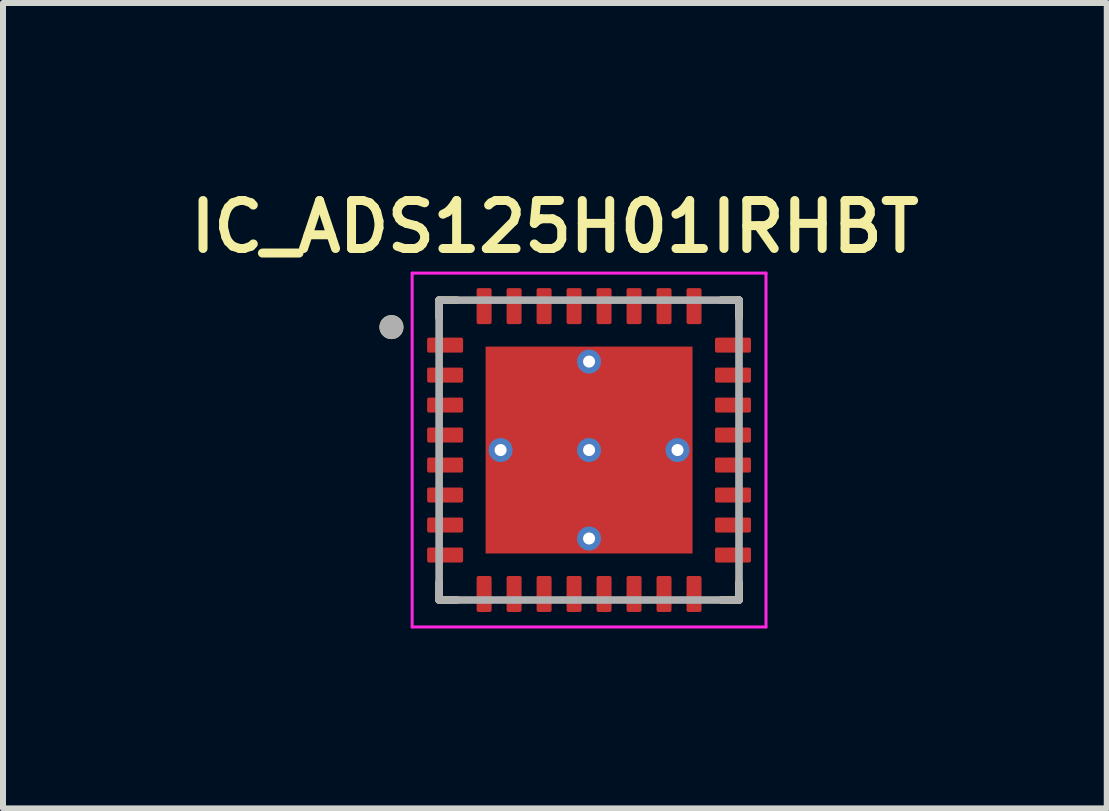
<source format=kicad_pcb>
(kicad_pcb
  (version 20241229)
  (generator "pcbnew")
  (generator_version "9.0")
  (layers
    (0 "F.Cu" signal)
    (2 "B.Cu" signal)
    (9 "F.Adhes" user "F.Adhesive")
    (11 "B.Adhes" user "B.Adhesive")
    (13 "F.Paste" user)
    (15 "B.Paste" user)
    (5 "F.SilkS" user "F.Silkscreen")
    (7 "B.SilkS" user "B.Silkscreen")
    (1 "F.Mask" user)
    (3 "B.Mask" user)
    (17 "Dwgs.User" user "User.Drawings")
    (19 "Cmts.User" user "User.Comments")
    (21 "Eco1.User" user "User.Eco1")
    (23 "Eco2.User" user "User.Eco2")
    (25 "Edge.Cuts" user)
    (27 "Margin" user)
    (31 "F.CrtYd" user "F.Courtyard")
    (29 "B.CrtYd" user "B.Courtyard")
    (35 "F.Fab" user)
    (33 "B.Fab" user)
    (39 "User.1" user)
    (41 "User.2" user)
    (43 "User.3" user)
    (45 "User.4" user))
  (footprint "IC_ADS125H01IRHBT"
    (layer "F.Cu")
    (at 6.772 4.454)
    (property "Reference" "IC_ADS125H01IRHBT" (at -0.57 -3.723 0) (layer "F.SilkS") (effects (font (size 0.8 0.8) (thickness 0.15))))
    (attr smd)
    (fp_poly (pts (xy -1.795 -1.795) (xy 1.795 -1.795) (xy 1.795 1.795) (xy -1.795 1.795)) (stroke (width 0.01) (type solid)) (fill yes) (layer "F.Mask"))
    (fp_poly (pts (xy -2.72 -1.945) (xy -2.08 -1.945) (xy -2.077 -1.945) (xy -2.075 -1.945) (xy -2.072 -1.944) (xy -2.07 -1.944) (xy -2.067 -1.943) (xy -2.065 -1.943) (xy -2.062 -1.942) (xy -2.06 -1.941) (xy -2.057 -1.94) (xy -2.055 -1.938) (xy -2.053 -1.937) (xy -2.051 -1.935) (xy -2.049 -1.934) (xy -2.047 -1.932) (xy -2.045 -1.93) (xy -2.043 -1.928) (xy -2.041 -1.926) (xy -2.04 -1.924) (xy -2.038 -1.922) (xy -2.037 -1.92) (xy -2.035 -1.918) (xy -2.034 -1.915) (xy -2.033 -1.913) (xy -2.032 -1.91) (xy -2.032 -1.908) (xy -2.031 -1.905) (xy -2.031 -1.903) (xy -2.03 -1.9) (xy -2.03 -1.898) (xy -2.03 -1.895) (xy -2.03 -1.605) (xy -2.03 -1.602) (xy -2.03 -1.6) (xy -2.031 -1.597) (xy -2.031 -1.595) (xy -2.032 -1.592) (xy -2.032 -1.59) (xy -2.033 -1.587) (xy -2.034 -1.585) (xy -2.035 -1.582) (xy -2.037 -1.58) (xy -2.038 -1.578) (xy -2.04 -1.576) (xy -2.041 -1.574) (xy -2.043 -1.572) (xy -2.045 -1.57) (xy -2.047 -1.568) (xy -2.049 -1.566) (xy -2.051 -1.565) (xy -2.053 -1.563) (xy -2.055 -1.562) (xy -2.057 -1.56) (xy -2.06 -1.559) (xy -2.062 -1.558) (xy -2.065 -1.557) (xy -2.067 -1.557) (xy -2.07 -1.556) (xy -2.072 -1.556) (xy -2.075 -1.555) (xy -2.077 -1.555) (xy -2.08 -1.555) (xy -2.72 -1.555) (xy -2.723 -1.555) (xy -2.725 -1.555) (xy -2.728 -1.556) (xy -2.73 -1.556) (xy -2.733 -1.557) (xy -2.735 -1.557) (xy -2.738 -1.558) (xy -2.74 -1.559) (xy -2.743 -1.56) (xy -2.745 -1.562) (xy -2.747 -1.563) (xy -2.749 -1.565) (xy -2.751 -1.566) (xy -2.753 -1.568) (xy -2.755 -1.57) (xy -2.757 -1.572) (xy -2.759 -1.574) (xy -2.76 -1.576) (xy -2.762 -1.578) (xy -2.763 -1.58) (xy -2.765 -1.582) (xy -2.766 -1.585) (xy -2.767 -1.587) (xy -2.768 -1.59) (xy -2.768 -1.592) (xy -2.769 -1.595) (xy -2.769 -1.597) (xy -2.77 -1.6) (xy -2.77 -1.602) (xy -2.77 -1.605) (xy -2.77 -1.895) (xy -2.77 -1.898) (xy -2.77 -1.9) (xy -2.769 -1.903) (xy -2.769 -1.905) (xy -2.768 -1.908) (xy -2.768 -1.91) (xy -2.767 -1.913) (xy -2.766 -1.915) (xy -2.765 -1.918) (xy -2.763 -1.92) (xy -2.762 -1.922) (xy -2.76 -1.924) (xy -2.759 -1.926) (xy -2.757 -1.928) (xy -2.755 -1.93) (xy -2.753 -1.932) (xy -2.751 -1.934) (xy -2.749 -1.935) (xy -2.747 -1.937) (xy -2.745 -1.938) (xy -2.743 -1.94) (xy -2.74 -1.941) (xy -2.738 -1.942) (xy -2.735 -1.943) (xy -2.733 -1.943) (xy -2.73 -1.944) (xy -2.728 -1.944) (xy -2.725 -1.945) (xy -2.723 -1.945) (xy -2.72 -1.945)) (stroke (width 0.01) (type solid)) (fill yes) (layer "F.Mask"))
    (fp_poly (pts (xy -2.72 -1.445) (xy -2.08 -1.445) (xy -2.077 -1.445) (xy -2.075 -1.445) (xy -2.072 -1.444) (xy -2.07 -1.444) (xy -2.067 -1.443) (xy -2.065 -1.443) (xy -2.062 -1.442) (xy -2.06 -1.441) (xy -2.057 -1.44) (xy -2.055 -1.438) (xy -2.053 -1.437) (xy -2.051 -1.435) (xy -2.049 -1.434) (xy -2.047 -1.432) (xy -2.045 -1.43) (xy -2.043 -1.428) (xy -2.041 -1.426) (xy -2.04 -1.424) (xy -2.038 -1.422) (xy -2.037 -1.42) (xy -2.035 -1.418) (xy -2.034 -1.415) (xy -2.033 -1.413) (xy -2.032 -1.41) (xy -2.032 -1.408) (xy -2.031 -1.405) (xy -2.031 -1.403) (xy -2.03 -1.4) (xy -2.03 -1.398) (xy -2.03 -1.395) (xy -2.03 -1.105) (xy -2.03 -1.102) (xy -2.03 -1.1) (xy -2.031 -1.097) (xy -2.031 -1.095) (xy -2.032 -1.092) (xy -2.032 -1.09) (xy -2.033 -1.087) (xy -2.034 -1.085) (xy -2.035 -1.082) (xy -2.037 -1.08) (xy -2.038 -1.078) (xy -2.04 -1.076) (xy -2.041 -1.074) (xy -2.043 -1.072) (xy -2.045 -1.07) (xy -2.047 -1.068) (xy -2.049 -1.066) (xy -2.051 -1.065) (xy -2.053 -1.063) (xy -2.055 -1.062) (xy -2.057 -1.06) (xy -2.06 -1.059) (xy -2.062 -1.058) (xy -2.065 -1.057) (xy -2.067 -1.057) (xy -2.07 -1.056) (xy -2.072 -1.056) (xy -2.075 -1.055) (xy -2.077 -1.055) (xy -2.08 -1.055) (xy -2.72 -1.055) (xy -2.723 -1.055) (xy -2.725 -1.055) (xy -2.728 -1.056) (xy -2.73 -1.056) (xy -2.733 -1.057) (xy -2.735 -1.057) (xy -2.738 -1.058) (xy -2.74 -1.059) (xy -2.743 -1.06) (xy -2.745 -1.062) (xy -2.747 -1.063) (xy -2.749 -1.065) (xy -2.751 -1.066) (xy -2.753 -1.068) (xy -2.755 -1.07) (xy -2.757 -1.072) (xy -2.759 -1.074) (xy -2.76 -1.076) (xy -2.762 -1.078) (xy -2.763 -1.08) (xy -2.765 -1.082) (xy -2.766 -1.085) (xy -2.767 -1.087) (xy -2.768 -1.09) (xy -2.768 -1.092) (xy -2.769 -1.095) (xy -2.769 -1.097) (xy -2.77 -1.1) (xy -2.77 -1.102) (xy -2.77 -1.105) (xy -2.77 -1.395) (xy -2.77 -1.398) (xy -2.77 -1.4) (xy -2.769 -1.403) (xy -2.769 -1.405) (xy -2.768 -1.408) (xy -2.768 -1.41) (xy -2.767 -1.413) (xy -2.766 -1.415) (xy -2.765 -1.418) (xy -2.763 -1.42) (xy -2.762 -1.422) (xy -2.76 -1.424) (xy -2.759 -1.426) (xy -2.757 -1.428) (xy -2.755 -1.43) (xy -2.753 -1.432) (xy -2.751 -1.434) (xy -2.749 -1.435) (xy -2.747 -1.437) (xy -2.745 -1.438) (xy -2.743 -1.44) (xy -2.74 -1.441) (xy -2.738 -1.442) (xy -2.735 -1.443) (xy -2.733 -1.443) (xy -2.73 -1.444) (xy -2.728 -1.444) (xy -2.725 -1.445) (xy -2.723 -1.445) (xy -2.72 -1.445)) (stroke (width 0.01) (type solid)) (fill yes) (layer "F.Mask"))
    (fp_poly (pts (xy -2.72 -0.945) (xy -2.08 -0.945) (xy -2.077 -0.945) (xy -2.075 -0.945) (xy -2.072 -0.944) (xy -2.07 -0.944) (xy -2.067 -0.943) (xy -2.065 -0.943) (xy -2.062 -0.942) (xy -2.06 -0.941) (xy -2.057 -0.94) (xy -2.055 -0.938) (xy -2.053 -0.937) (xy -2.051 -0.935) (xy -2.049 -0.934) (xy -2.047 -0.932) (xy -2.045 -0.93) (xy -2.043 -0.928) (xy -2.041 -0.926) (xy -2.04 -0.924) (xy -2.038 -0.922) (xy -2.037 -0.92) (xy -2.035 -0.918) (xy -2.034 -0.915) (xy -2.033 -0.913) (xy -2.032 -0.91) (xy -2.032 -0.908) (xy -2.031 -0.905) (xy -2.031 -0.903) (xy -2.03 -0.9) (xy -2.03 -0.898) (xy -2.03 -0.895) (xy -2.03 -0.605) (xy -2.03 -0.602) (xy -2.03 -0.6) (xy -2.031 -0.597) (xy -2.031 -0.595) (xy -2.032 -0.592) (xy -2.032 -0.59) (xy -2.033 -0.587) (xy -2.034 -0.585) (xy -2.035 -0.582) (xy -2.037 -0.58) (xy -2.038 -0.578) (xy -2.04 -0.576) (xy -2.041 -0.574) (xy -2.043 -0.572) (xy -2.045 -0.57) (xy -2.047 -0.568) (xy -2.049 -0.566) (xy -2.051 -0.565) (xy -2.053 -0.563) (xy -2.055 -0.562) (xy -2.057 -0.56) (xy -2.06 -0.559) (xy -2.062 -0.558) (xy -2.065 -0.557) (xy -2.067 -0.557) (xy -2.07 -0.556) (xy -2.072 -0.556) (xy -2.075 -0.555) (xy -2.077 -0.555) (xy -2.08 -0.555) (xy -2.72 -0.555) (xy -2.723 -0.555) (xy -2.725 -0.555) (xy -2.728 -0.556) (xy -2.73 -0.556) (xy -2.733 -0.557) (xy -2.735 -0.557) (xy -2.738 -0.558) (xy -2.74 -0.559) (xy -2.743 -0.56) (xy -2.745 -0.562) (xy -2.747 -0.563) (xy -2.749 -0.565) (xy -2.751 -0.566) (xy -2.753 -0.568) (xy -2.755 -0.57) (xy -2.757 -0.572) (xy -2.759 -0.574) (xy -2.76 -0.576) (xy -2.762 -0.578) (xy -2.763 -0.58) (xy -2.765 -0.582) (xy -2.766 -0.585) (xy -2.767 -0.587) (xy -2.768 -0.59) (xy -2.768 -0.592) (xy -2.769 -0.595) (xy -2.769 -0.597) (xy -2.77 -0.6) (xy -2.77 -0.602) (xy -2.77 -0.605) (xy -2.77 -0.895) (xy -2.77 -0.898) (xy -2.77 -0.9) (xy -2.769 -0.903) (xy -2.769 -0.905) (xy -2.768 -0.908) (xy -2.768 -0.91) (xy -2.767 -0.913) (xy -2.766 -0.915) (xy -2.765 -0.918) (xy -2.763 -0.92) (xy -2.762 -0.922) (xy -2.76 -0.924) (xy -2.759 -0.926) (xy -2.757 -0.928) (xy -2.755 -0.93) (xy -2.753 -0.932) (xy -2.751 -0.934) (xy -2.749 -0.935) (xy -2.747 -0.937) (xy -2.745 -0.938) (xy -2.743 -0.94) (xy -2.74 -0.941) (xy -2.738 -0.942) (xy -2.735 -0.943) (xy -2.733 -0.943) (xy -2.73 -0.944) (xy -2.728 -0.944) (xy -2.725 -0.945) (xy -2.723 -0.945) (xy -2.72 -0.945)) (stroke (width 0.01) (type solid)) (fill yes) (layer "F.Mask"))
    (fp_poly (pts (xy -2.72 -0.445) (xy -2.08 -0.445) (xy -2.077 -0.445) (xy -2.075 -0.445) (xy -2.072 -0.444) (xy -2.07 -0.444) (xy -2.067 -0.443) (xy -2.065 -0.443) (xy -2.062 -0.442) (xy -2.06 -0.441) (xy -2.057 -0.44) (xy -2.055 -0.438) (xy -2.053 -0.437) (xy -2.051 -0.435) (xy -2.049 -0.434) (xy -2.047 -0.432) (xy -2.045 -0.43) (xy -2.043 -0.428) (xy -2.041 -0.426) (xy -2.04 -0.424) (xy -2.038 -0.422) (xy -2.037 -0.42) (xy -2.035 -0.418) (xy -2.034 -0.415) (xy -2.033 -0.413) (xy -2.032 -0.41) (xy -2.032 -0.408) (xy -2.031 -0.405) (xy -2.031 -0.403) (xy -2.03 -0.4) (xy -2.03 -0.398) (xy -2.03 -0.395) (xy -2.03 -0.105) (xy -2.03 -0.102) (xy -2.03 -0.1) (xy -2.031 -0.097) (xy -2.031 -0.095) (xy -2.032 -0.092) (xy -2.032 -0.09) (xy -2.033 -0.087) (xy -2.034 -0.085) (xy -2.035 -0.082) (xy -2.037 -0.08) (xy -2.038 -0.078) (xy -2.04 -0.076) (xy -2.041 -0.074) (xy -2.043 -0.072) (xy -2.045 -0.07) (xy -2.047 -0.068) (xy -2.049 -0.066) (xy -2.051 -0.065) (xy -2.053 -0.063) (xy -2.055 -0.062) (xy -2.057 -0.06) (xy -2.06 -0.059) (xy -2.062 -0.058) (xy -2.065 -0.057) (xy -2.067 -0.057) (xy -2.07 -0.056) (xy -2.072 -0.056) (xy -2.075 -0.055) (xy -2.077 -0.055) (xy -2.08 -0.055) (xy -2.72 -0.055) (xy -2.723 -0.055) (xy -2.725 -0.055) (xy -2.728 -0.056) (xy -2.73 -0.056) (xy -2.733 -0.057) (xy -2.735 -0.057) (xy -2.738 -0.058) (xy -2.74 -0.059) (xy -2.743 -0.06) (xy -2.745 -0.062) (xy -2.747 -0.063) (xy -2.749 -0.065) (xy -2.751 -0.066) (xy -2.753 -0.068) (xy -2.755 -0.07) (xy -2.757 -0.072) (xy -2.759 -0.074) (xy -2.76 -0.076) (xy -2.762 -0.078) (xy -2.763 -0.08) (xy -2.765 -0.082) (xy -2.766 -0.085) (xy -2.767 -0.087) (xy -2.768 -0.09) (xy -2.768 -0.092) (xy -2.769 -0.095) (xy -2.769 -0.097) (xy -2.77 -0.1) (xy -2.77 -0.102) (xy -2.77 -0.105) (xy -2.77 -0.395) (xy -2.77 -0.398) (xy -2.77 -0.4) (xy -2.769 -0.403) (xy -2.769 -0.405) (xy -2.768 -0.408) (xy -2.768 -0.41) (xy -2.767 -0.413) (xy -2.766 -0.415) (xy -2.765 -0.418) (xy -2.763 -0.42) (xy -2.762 -0.422) (xy -2.76 -0.424) (xy -2.759 -0.426) (xy -2.757 -0.428) (xy -2.755 -0.43) (xy -2.753 -0.432) (xy -2.751 -0.434) (xy -2.749 -0.435) (xy -2.747 -0.437) (xy -2.745 -0.438) (xy -2.743 -0.44) (xy -2.74 -0.441) (xy -2.738 -0.442) (xy -2.735 -0.443) (xy -2.733 -0.443) (xy -2.73 -0.444) (xy -2.728 -0.444) (xy -2.725 -0.445) (xy -2.723 -0.445) (xy -2.72 -0.445)) (stroke (width 0.01) (type solid)) (fill yes) (layer "F.Mask"))
    (fp_poly (pts (xy -2.72 0.055) (xy -2.08 0.055) (xy -2.077 0.055) (xy -2.075 0.055) (xy -2.072 0.056) (xy -2.07 0.056) (xy -2.067 0.057) (xy -2.065 0.057) (xy -2.062 0.058) (xy -2.06 0.059) (xy -2.057 0.06) (xy -2.055 0.062) (xy -2.053 0.063) (xy -2.051 0.065) (xy -2.049 0.066) (xy -2.047 0.068) (xy -2.045 0.07) (xy -2.043 0.072) (xy -2.041 0.074) (xy -2.04 0.076) (xy -2.038 0.078) (xy -2.037 0.08) (xy -2.035 0.082) (xy -2.034 0.085) (xy -2.033 0.087) (xy -2.032 0.09) (xy -2.032 0.092) (xy -2.031 0.095) (xy -2.031 0.097) (xy -2.03 0.1) (xy -2.03 0.102) (xy -2.03 0.105) (xy -2.03 0.395) (xy -2.03 0.398) (xy -2.03 0.4) (xy -2.031 0.403) (xy -2.031 0.405) (xy -2.032 0.408) (xy -2.032 0.41) (xy -2.033 0.413) (xy -2.034 0.415) (xy -2.035 0.418) (xy -2.037 0.42) (xy -2.038 0.422) (xy -2.04 0.424) (xy -2.041 0.426) (xy -2.043 0.428) (xy -2.045 0.43) (xy -2.047 0.432) (xy -2.049 0.434) (xy -2.051 0.435) (xy -2.053 0.437) (xy -2.055 0.438) (xy -2.057 0.44) (xy -2.06 0.441) (xy -2.062 0.442) (xy -2.065 0.443) (xy -2.067 0.443) (xy -2.07 0.444) (xy -2.072 0.444) (xy -2.075 0.445) (xy -2.077 0.445) (xy -2.08 0.445) (xy -2.72 0.445) (xy -2.723 0.445) (xy -2.725 0.445) (xy -2.728 0.444) (xy -2.73 0.444) (xy -2.733 0.443) (xy -2.735 0.443) (xy -2.738 0.442) (xy -2.74 0.441) (xy -2.743 0.44) (xy -2.745 0.438) (xy -2.747 0.437) (xy -2.749 0.435) (xy -2.751 0.434) (xy -2.753 0.432) (xy -2.755 0.43) (xy -2.757 0.428) (xy -2.759 0.426) (xy -2.76 0.424) (xy -2.762 0.422) (xy -2.763 0.42) (xy -2.765 0.418) (xy -2.766 0.415) (xy -2.767 0.413) (xy -2.768 0.41) (xy -2.768 0.408) (xy -2.769 0.405) (xy -2.769 0.403) (xy -2.77 0.4) (xy -2.77 0.398) (xy -2.77 0.395) (xy -2.77 0.105) (xy -2.77 0.102) (xy -2.77 0.1) (xy -2.769 0.097) (xy -2.769 0.095) (xy -2.768 0.092) (xy -2.768 0.09) (xy -2.767 0.087) (xy -2.766 0.085) (xy -2.765 0.082) (xy -2.763 0.08) (xy -2.762 0.078) (xy -2.76 0.076) (xy -2.759 0.074) (xy -2.757 0.072) (xy -2.755 0.07) (xy -2.753 0.068) (xy -2.751 0.066) (xy -2.749 0.065) (xy -2.747 0.063) (xy -2.745 0.062) (xy -2.743 0.06) (xy -2.74 0.059) (xy -2.738 0.058) (xy -2.735 0.057) (xy -2.733 0.057) (xy -2.73 0.056) (xy -2.728 0.056) (xy -2.725 0.055) (xy -2.723 0.055) (xy -2.72 0.055)) (stroke (width 0.01) (type solid)) (fill yes) (layer "F.Mask"))
    (fp_poly (pts (xy -2.72 0.555) (xy -2.08 0.555) (xy -2.077 0.555) (xy -2.075 0.555) (xy -2.072 0.556) (xy -2.07 0.556) (xy -2.067 0.557) (xy -2.065 0.557) (xy -2.062 0.558) (xy -2.06 0.559) (xy -2.057 0.56) (xy -2.055 0.562) (xy -2.053 0.563) (xy -2.051 0.565) (xy -2.049 0.566) (xy -2.047 0.568) (xy -2.045 0.57) (xy -2.043 0.572) (xy -2.041 0.574) (xy -2.04 0.576) (xy -2.038 0.578) (xy -2.037 0.58) (xy -2.035 0.582) (xy -2.034 0.585) (xy -2.033 0.587) (xy -2.032 0.59) (xy -2.032 0.592) (xy -2.031 0.595) (xy -2.031 0.597) (xy -2.03 0.6) (xy -2.03 0.602) (xy -2.03 0.605) (xy -2.03 0.895) (xy -2.03 0.898) (xy -2.03 0.9) (xy -2.031 0.903) (xy -2.031 0.905) (xy -2.032 0.908) (xy -2.032 0.91) (xy -2.033 0.913) (xy -2.034 0.915) (xy -2.035 0.918) (xy -2.037 0.92) (xy -2.038 0.922) (xy -2.04 0.924) (xy -2.041 0.926) (xy -2.043 0.928) (xy -2.045 0.93) (xy -2.047 0.932) (xy -2.049 0.934) (xy -2.051 0.935) (xy -2.053 0.937) (xy -2.055 0.938) (xy -2.057 0.94) (xy -2.06 0.941) (xy -2.062 0.942) (xy -2.065 0.943) (xy -2.067 0.943) (xy -2.07 0.944) (xy -2.072 0.944) (xy -2.075 0.945) (xy -2.077 0.945) (xy -2.08 0.945) (xy -2.72 0.945) (xy -2.723 0.945) (xy -2.725 0.945) (xy -2.728 0.944) (xy -2.73 0.944) (xy -2.733 0.943) (xy -2.735 0.943) (xy -2.738 0.942) (xy -2.74 0.941) (xy -2.743 0.94) (xy -2.745 0.938) (xy -2.747 0.937) (xy -2.749 0.935) (xy -2.751 0.934) (xy -2.753 0.932) (xy -2.755 0.93) (xy -2.757 0.928) (xy -2.759 0.926) (xy -2.76 0.924) (xy -2.762 0.922) (xy -2.763 0.92) (xy -2.765 0.918) (xy -2.766 0.915) (xy -2.767 0.913) (xy -2.768 0.91) (xy -2.768 0.908) (xy -2.769 0.905) (xy -2.769 0.903) (xy -2.77 0.9) (xy -2.77 0.898) (xy -2.77 0.895) (xy -2.77 0.605) (xy -2.77 0.602) (xy -2.77 0.6) (xy -2.769 0.597) (xy -2.769 0.595) (xy -2.768 0.592) (xy -2.768 0.59) (xy -2.767 0.587) (xy -2.766 0.585) (xy -2.765 0.582) (xy -2.763 0.58) (xy -2.762 0.578) (xy -2.76 0.576) (xy -2.759 0.574) (xy -2.757 0.572) (xy -2.755 0.57) (xy -2.753 0.568) (xy -2.751 0.566) (xy -2.749 0.565) (xy -2.747 0.563) (xy -2.745 0.562) (xy -2.743 0.56) (xy -2.74 0.559) (xy -2.738 0.558) (xy -2.735 0.557) (xy -2.733 0.557) (xy -2.73 0.556) (xy -2.728 0.556) (xy -2.725 0.555) (xy -2.723 0.555) (xy -2.72 0.555)) (stroke (width 0.01) (type solid)) (fill yes) (layer "F.Mask"))
    (fp_poly (pts (xy -2.72 1.055) (xy -2.08 1.055) (xy -2.077 1.055) (xy -2.075 1.055) (xy -2.072 1.056) (xy -2.07 1.056) (xy -2.067 1.057) (xy -2.065 1.057) (xy -2.062 1.058) (xy -2.06 1.059) (xy -2.057 1.06) (xy -2.055 1.062) (xy -2.053 1.063) (xy -2.051 1.065) (xy -2.049 1.066) (xy -2.047 1.068) (xy -2.045 1.07) (xy -2.043 1.072) (xy -2.041 1.074) (xy -2.04 1.076) (xy -2.038 1.078) (xy -2.037 1.08) (xy -2.035 1.082) (xy -2.034 1.085) (xy -2.033 1.087) (xy -2.032 1.09) (xy -2.032 1.092) (xy -2.031 1.095) (xy -2.031 1.097) (xy -2.03 1.1) (xy -2.03 1.102) (xy -2.03 1.105) (xy -2.03 1.395) (xy -2.03 1.398) (xy -2.03 1.4) (xy -2.031 1.403) (xy -2.031 1.405) (xy -2.032 1.408) (xy -2.032 1.41) (xy -2.033 1.413) (xy -2.034 1.415) (xy -2.035 1.418) (xy -2.037 1.42) (xy -2.038 1.422) (xy -2.04 1.424) (xy -2.041 1.426) (xy -2.043 1.428) (xy -2.045 1.43) (xy -2.047 1.432) (xy -2.049 1.434) (xy -2.051 1.435) (xy -2.053 1.437) (xy -2.055 1.438) (xy -2.057 1.44) (xy -2.06 1.441) (xy -2.062 1.442) (xy -2.065 1.443) (xy -2.067 1.443) (xy -2.07 1.444) (xy -2.072 1.444) (xy -2.075 1.445) (xy -2.077 1.445) (xy -2.08 1.445) (xy -2.72 1.445) (xy -2.723 1.445) (xy -2.725 1.445) (xy -2.728 1.444) (xy -2.73 1.444) (xy -2.733 1.443) (xy -2.735 1.443) (xy -2.738 1.442) (xy -2.74 1.441) (xy -2.743 1.44) (xy -2.745 1.438) (xy -2.747 1.437) (xy -2.749 1.435) (xy -2.751 1.434) (xy -2.753 1.432) (xy -2.755 1.43) (xy -2.757 1.428) (xy -2.759 1.426) (xy -2.76 1.424) (xy -2.762 1.422) (xy -2.763 1.42) (xy -2.765 1.418) (xy -2.766 1.415) (xy -2.767 1.413) (xy -2.768 1.41) (xy -2.768 1.408) (xy -2.769 1.405) (xy -2.769 1.403) (xy -2.77 1.4) (xy -2.77 1.398) (xy -2.77 1.395) (xy -2.77 1.105) (xy -2.77 1.102) (xy -2.77 1.1) (xy -2.769 1.097) (xy -2.769 1.095) (xy -2.768 1.092) (xy -2.768 1.09) (xy -2.767 1.087) (xy -2.766 1.085) (xy -2.765 1.082) (xy -2.763 1.08) (xy -2.762 1.078) (xy -2.76 1.076) (xy -2.759 1.074) (xy -2.757 1.072) (xy -2.755 1.07) (xy -2.753 1.068) (xy -2.751 1.066) (xy -2.749 1.065) (xy -2.747 1.063) (xy -2.745 1.062) (xy -2.743 1.06) (xy -2.74 1.059) (xy -2.738 1.058) (xy -2.735 1.057) (xy -2.733 1.057) (xy -2.73 1.056) (xy -2.728 1.056) (xy -2.725 1.055) (xy -2.723 1.055) (xy -2.72 1.055)) (stroke (width 0.01) (type solid)) (fill yes) (layer "F.Mask"))
    (fp_poly (pts (xy -2.72 1.555) (xy -2.08 1.555) (xy -2.077 1.555) (xy -2.075 1.555) (xy -2.072 1.556) (xy -2.07 1.556) (xy -2.067 1.557) (xy -2.065 1.557) (xy -2.062 1.558) (xy -2.06 1.559) (xy -2.057 1.56) (xy -2.055 1.562) (xy -2.053 1.563) (xy -2.051 1.565) (xy -2.049 1.566) (xy -2.047 1.568) (xy -2.045 1.57) (xy -2.043 1.572) (xy -2.041 1.574) (xy -2.04 1.576) (xy -2.038 1.578) (xy -2.037 1.58) (xy -2.035 1.582) (xy -2.034 1.585) (xy -2.033 1.587) (xy -2.032 1.59) (xy -2.032 1.592) (xy -2.031 1.595) (xy -2.031 1.597) (xy -2.03 1.6) (xy -2.03 1.602) (xy -2.03 1.605) (xy -2.03 1.895) (xy -2.03 1.898) (xy -2.03 1.9) (xy -2.031 1.903) (xy -2.031 1.905) (xy -2.032 1.908) (xy -2.032 1.91) (xy -2.033 1.913) (xy -2.034 1.915) (xy -2.035 1.918) (xy -2.037 1.92) (xy -2.038 1.922) (xy -2.04 1.924) (xy -2.041 1.926) (xy -2.043 1.928) (xy -2.045 1.93) (xy -2.047 1.932) (xy -2.049 1.934) (xy -2.051 1.935) (xy -2.053 1.937) (xy -2.055 1.938) (xy -2.057 1.94) (xy -2.06 1.941) (xy -2.062 1.942) (xy -2.065 1.943) (xy -2.067 1.943) (xy -2.07 1.944) (xy -2.072 1.944) (xy -2.075 1.945) (xy -2.077 1.945) (xy -2.08 1.945) (xy -2.72 1.945) (xy -2.723 1.945) (xy -2.725 1.945) (xy -2.728 1.944) (xy -2.73 1.944) (xy -2.733 1.943) (xy -2.735 1.943) (xy -2.738 1.942) (xy -2.74 1.941) (xy -2.743 1.94) (xy -2.745 1.938) (xy -2.747 1.937) (xy -2.749 1.935) (xy -2.751 1.934) (xy -2.753 1.932) (xy -2.755 1.93) (xy -2.757 1.928) (xy -2.759 1.926) (xy -2.76 1.924) (xy -2.762 1.922) (xy -2.763 1.92) (xy -2.765 1.918) (xy -2.766 1.915) (xy -2.767 1.913) (xy -2.768 1.91) (xy -2.768 1.908) (xy -2.769 1.905) (xy -2.769 1.903) (xy -2.77 1.9) (xy -2.77 1.898) (xy -2.77 1.895) (xy -2.77 1.605) (xy -2.77 1.602) (xy -2.77 1.6) (xy -2.769 1.597) (xy -2.769 1.595) (xy -2.768 1.592) (xy -2.768 1.59) (xy -2.767 1.587) (xy -2.766 1.585) (xy -2.765 1.582) (xy -2.763 1.58) (xy -2.762 1.578) (xy -2.76 1.576) (xy -2.759 1.574) (xy -2.757 1.572) (xy -2.755 1.57) (xy -2.753 1.568) (xy -2.751 1.566) (xy -2.749 1.565) (xy -2.747 1.563) (xy -2.745 1.562) (xy -2.743 1.56) (xy -2.74 1.559) (xy -2.738 1.558) (xy -2.735 1.557) (xy -2.733 1.557) (xy -2.73 1.556) (xy -2.728 1.556) (xy -2.725 1.555) (xy -2.723 1.555) (xy -2.72 1.555)) (stroke (width 0.01) (type solid)) (fill yes) (layer "F.Mask"))
    (fp_poly (pts (xy -1.945 -2.08) (xy -1.945 -2.72) (xy -1.945 -2.723) (xy -1.945 -2.725) (xy -1.944 -2.728) (xy -1.944 -2.73) (xy -1.943 -2.733) (xy -1.943 -2.735) (xy -1.942 -2.738) (xy -1.941 -2.74) (xy -1.94 -2.743) (xy -1.938 -2.745) (xy -1.937 -2.747) (xy -1.935 -2.749) (xy -1.934 -2.751) (xy -1.932 -2.753) (xy -1.93 -2.755) (xy -1.928 -2.757) (xy -1.926 -2.759) (xy -1.924 -2.76) (xy -1.922 -2.762) (xy -1.92 -2.763) (xy -1.918 -2.765) (xy -1.915 -2.766) (xy -1.913 -2.767) (xy -1.91 -2.768) (xy -1.908 -2.768) (xy -1.905 -2.769) (xy -1.903 -2.769) (xy -1.9 -2.77) (xy -1.898 -2.77) (xy -1.895 -2.77) (xy -1.605 -2.77) (xy -1.602 -2.77) (xy -1.6 -2.77) (xy -1.597 -2.769) (xy -1.595 -2.769) (xy -1.592 -2.768) (xy -1.59 -2.768) (xy -1.587 -2.767) (xy -1.585 -2.766) (xy -1.582 -2.765) (xy -1.58 -2.763) (xy -1.578 -2.762) (xy -1.576 -2.76) (xy -1.574 -2.759) (xy -1.572 -2.757) (xy -1.57 -2.755) (xy -1.568 -2.753) (xy -1.566 -2.751) (xy -1.565 -2.749) (xy -1.563 -2.747) (xy -1.562 -2.745) (xy -1.56 -2.743) (xy -1.559 -2.74) (xy -1.558 -2.738) (xy -1.557 -2.735) (xy -1.557 -2.733) (xy -1.556 -2.73) (xy -1.556 -2.728) (xy -1.555 -2.725) (xy -1.555 -2.723) (xy -1.555 -2.72) (xy -1.555 -2.08) (xy -1.555 -2.077) (xy -1.555 -2.075) (xy -1.556 -2.072) (xy -1.556 -2.07) (xy -1.557 -2.067) (xy -1.557 -2.065) (xy -1.558 -2.062) (xy -1.559 -2.06) (xy -1.56 -2.057) (xy -1.562 -2.055) (xy -1.563 -2.053) (xy -1.565 -2.051) (xy -1.566 -2.049) (xy -1.568 -2.047) (xy -1.57 -2.045) (xy -1.572 -2.043) (xy -1.574 -2.041) (xy -1.576 -2.04) (xy -1.578 -2.038) (xy -1.58 -2.037) (xy -1.582 -2.035) (xy -1.585 -2.034) (xy -1.587 -2.033) (xy -1.59 -2.032) (xy -1.592 -2.032) (xy -1.595 -2.031) (xy -1.597 -2.031) (xy -1.6 -2.03) (xy -1.602 -2.03) (xy -1.605 -2.03) (xy -1.895 -2.03) (xy -1.898 -2.03) (xy -1.9 -2.03) (xy -1.903 -2.031) (xy -1.905 -2.031) (xy -1.908 -2.032) (xy -1.91 -2.032) (xy -1.913 -2.033) (xy -1.915 -2.034) (xy -1.918 -2.035) (xy -1.92 -2.037) (xy -1.922 -2.038) (xy -1.924 -2.04) (xy -1.926 -2.041) (xy -1.928 -2.043) (xy -1.93 -2.045) (xy -1.932 -2.047) (xy -1.934 -2.049) (xy -1.935 -2.051) (xy -1.937 -2.053) (xy -1.938 -2.055) (xy -1.94 -2.057) (xy -1.941 -2.06) (xy -1.942 -2.062) (xy -1.943 -2.065) (xy -1.943 -2.067) (xy -1.944 -2.07) (xy -1.944 -2.072) (xy -1.945 -2.075) (xy -1.945 -2.077) (xy -1.945 -2.08)) (stroke (width 0.01) (type solid)) (fill yes) (layer "F.Mask"))
    (fp_poly (pts (xy -1.945 2.72) (xy -1.945 2.08) (xy -1.945 2.077) (xy -1.945 2.075) (xy -1.944 2.072) (xy -1.944 2.07) (xy -1.943 2.067) (xy -1.943 2.065) (xy -1.942 2.062) (xy -1.941 2.06) (xy -1.94 2.057) (xy -1.938 2.055) (xy -1.937 2.053) (xy -1.935 2.051) (xy -1.934 2.049) (xy -1.932 2.047) (xy -1.93 2.045) (xy -1.928 2.043) (xy -1.926 2.041) (xy -1.924 2.04) (xy -1.922 2.038) (xy -1.92 2.037) (xy -1.918 2.035) (xy -1.915 2.034) (xy -1.913 2.033) (xy -1.91 2.032) (xy -1.908 2.032) (xy -1.905 2.031) (xy -1.903 2.031) (xy -1.9 2.03) (xy -1.898 2.03) (xy -1.895 2.03) (xy -1.605 2.03) (xy -1.602 2.03) (xy -1.6 2.03) (xy -1.597 2.031) (xy -1.595 2.031) (xy -1.592 2.032) (xy -1.59 2.032) (xy -1.587 2.033) (xy -1.585 2.034) (xy -1.582 2.035) (xy -1.58 2.037) (xy -1.578 2.038) (xy -1.576 2.04) (xy -1.574 2.041) (xy -1.572 2.043) (xy -1.57 2.045) (xy -1.568 2.047) (xy -1.566 2.049) (xy -1.565 2.051) (xy -1.563 2.053) (xy -1.562 2.055) (xy -1.56 2.057) (xy -1.559 2.06) (xy -1.558 2.062) (xy -1.557 2.065) (xy -1.557 2.067) (xy -1.556 2.07) (xy -1.556 2.072) (xy -1.555 2.075) (xy -1.555 2.077) (xy -1.555 2.08) (xy -1.555 2.72) (xy -1.555 2.723) (xy -1.555 2.725) (xy -1.556 2.728) (xy -1.556 2.73) (xy -1.557 2.733) (xy -1.557 2.735) (xy -1.558 2.738) (xy -1.559 2.74) (xy -1.56 2.743) (xy -1.562 2.745) (xy -1.563 2.747) (xy -1.565 2.749) (xy -1.566 2.751) (xy -1.568 2.753) (xy -1.57 2.755) (xy -1.572 2.757) (xy -1.574 2.759) (xy -1.576 2.76) (xy -1.578 2.762) (xy -1.58 2.763) (xy -1.582 2.765) (xy -1.585 2.766) (xy -1.587 2.767) (xy -1.59 2.768) (xy -1.592 2.768) (xy -1.595 2.769) (xy -1.597 2.769) (xy -1.6 2.77) (xy -1.602 2.77) (xy -1.605 2.77) (xy -1.895 2.77) (xy -1.898 2.77) (xy -1.9 2.77) (xy -1.903 2.769) (xy -1.905 2.769) (xy -1.908 2.768) (xy -1.91 2.768) (xy -1.913 2.767) (xy -1.915 2.766) (xy -1.918 2.765) (xy -1.92 2.763) (xy -1.922 2.762) (xy -1.924 2.76) (xy -1.926 2.759) (xy -1.928 2.757) (xy -1.93 2.755) (xy -1.932 2.753) (xy -1.934 2.751) (xy -1.935 2.749) (xy -1.937 2.747) (xy -1.938 2.745) (xy -1.94 2.743) (xy -1.941 2.74) (xy -1.942 2.738) (xy -1.943 2.735) (xy -1.943 2.733) (xy -1.944 2.73) (xy -1.944 2.728) (xy -1.945 2.725) (xy -1.945 2.723) (xy -1.945 2.72)) (stroke (width 0.01) (type solid)) (fill yes) (layer "F.Mask"))
    (fp_poly (pts (xy -1.445 -2.08) (xy -1.445 -2.72) (xy -1.445 -2.723) (xy -1.445 -2.725) (xy -1.444 -2.728) (xy -1.444 -2.73) (xy -1.443 -2.733) (xy -1.443 -2.735) (xy -1.442 -2.738) (xy -1.441 -2.74) (xy -1.44 -2.743) (xy -1.438 -2.745) (xy -1.437 -2.747) (xy -1.435 -2.749) (xy -1.434 -2.751) (xy -1.432 -2.753) (xy -1.43 -2.755) (xy -1.428 -2.757) (xy -1.426 -2.759) (xy -1.424 -2.76) (xy -1.422 -2.762) (xy -1.42 -2.763) (xy -1.418 -2.765) (xy -1.415 -2.766) (xy -1.413 -2.767) (xy -1.41 -2.768) (xy -1.408 -2.768) (xy -1.405 -2.769) (xy -1.403 -2.769) (xy -1.4 -2.77) (xy -1.398 -2.77) (xy -1.395 -2.77) (xy -1.105 -2.77) (xy -1.102 -2.77) (xy -1.1 -2.77) (xy -1.097 -2.769) (xy -1.095 -2.769) (xy -1.092 -2.768) (xy -1.09 -2.768) (xy -1.087 -2.767) (xy -1.085 -2.766) (xy -1.082 -2.765) (xy -1.08 -2.763) (xy -1.078 -2.762) (xy -1.076 -2.76) (xy -1.074 -2.759) (xy -1.072 -2.757) (xy -1.07 -2.755) (xy -1.068 -2.753) (xy -1.066 -2.751) (xy -1.065 -2.749) (xy -1.063 -2.747) (xy -1.062 -2.745) (xy -1.06 -2.743) (xy -1.059 -2.74) (xy -1.058 -2.738) (xy -1.057 -2.735) (xy -1.057 -2.733) (xy -1.056 -2.73) (xy -1.056 -2.728) (xy -1.055 -2.725) (xy -1.055 -2.723) (xy -1.055 -2.72) (xy -1.055 -2.08) (xy -1.055 -2.077) (xy -1.055 -2.075) (xy -1.056 -2.072) (xy -1.056 -2.07) (xy -1.057 -2.067) (xy -1.057 -2.065) (xy -1.058 -2.062) (xy -1.059 -2.06) (xy -1.06 -2.057) (xy -1.062 -2.055) (xy -1.063 -2.053) (xy -1.065 -2.051) (xy -1.066 -2.049) (xy -1.068 -2.047) (xy -1.07 -2.045) (xy -1.072 -2.043) (xy -1.074 -2.041) (xy -1.076 -2.04) (xy -1.078 -2.038) (xy -1.08 -2.037) (xy -1.082 -2.035) (xy -1.085 -2.034) (xy -1.087 -2.033) (xy -1.09 -2.032) (xy -1.092 -2.032) (xy -1.095 -2.031) (xy -1.097 -2.031) (xy -1.1 -2.03) (xy -1.102 -2.03) (xy -1.105 -2.03) (xy -1.395 -2.03) (xy -1.398 -2.03) (xy -1.4 -2.03) (xy -1.403 -2.031) (xy -1.405 -2.031) (xy -1.408 -2.032) (xy -1.41 -2.032) (xy -1.413 -2.033) (xy -1.415 -2.034) (xy -1.418 -2.035) (xy -1.42 -2.037) (xy -1.422 -2.038) (xy -1.424 -2.04) (xy -1.426 -2.041) (xy -1.428 -2.043) (xy -1.43 -2.045) (xy -1.432 -2.047) (xy -1.434 -2.049) (xy -1.435 -2.051) (xy -1.437 -2.053) (xy -1.438 -2.055) (xy -1.44 -2.057) (xy -1.441 -2.06) (xy -1.442 -2.062) (xy -1.443 -2.065) (xy -1.443 -2.067) (xy -1.444 -2.07) (xy -1.444 -2.072) (xy -1.445 -2.075) (xy -1.445 -2.077) (xy -1.445 -2.08)) (stroke (width 0.01) (type solid)) (fill yes) (layer "F.Mask"))
    (fp_poly (pts (xy -1.445 2.72) (xy -1.445 2.08) (xy -1.445 2.077) (xy -1.445 2.075) (xy -1.444 2.072) (xy -1.444 2.07) (xy -1.443 2.067) (xy -1.443 2.065) (xy -1.442 2.062) (xy -1.441 2.06) (xy -1.44 2.057) (xy -1.438 2.055) (xy -1.437 2.053) (xy -1.435 2.051) (xy -1.434 2.049) (xy -1.432 2.047) (xy -1.43 2.045) (xy -1.428 2.043) (xy -1.426 2.041) (xy -1.424 2.04) (xy -1.422 2.038) (xy -1.42 2.037) (xy -1.418 2.035) (xy -1.415 2.034) (xy -1.413 2.033) (xy -1.41 2.032) (xy -1.408 2.032) (xy -1.405 2.031) (xy -1.403 2.031) (xy -1.4 2.03) (xy -1.398 2.03) (xy -1.395 2.03) (xy -1.105 2.03) (xy -1.102 2.03) (xy -1.1 2.03) (xy -1.097 2.031) (xy -1.095 2.031) (xy -1.092 2.032) (xy -1.09 2.032) (xy -1.087 2.033) (xy -1.085 2.034) (xy -1.082 2.035) (xy -1.08 2.037) (xy -1.078 2.038) (xy -1.076 2.04) (xy -1.074 2.041) (xy -1.072 2.043) (xy -1.07 2.045) (xy -1.068 2.047) (xy -1.066 2.049) (xy -1.065 2.051) (xy -1.063 2.053) (xy -1.062 2.055) (xy -1.06 2.057) (xy -1.059 2.06) (xy -1.058 2.062) (xy -1.057 2.065) (xy -1.057 2.067) (xy -1.056 2.07) (xy -1.056 2.072) (xy -1.055 2.075) (xy -1.055 2.077) (xy -1.055 2.08) (xy -1.055 2.72) (xy -1.055 2.723) (xy -1.055 2.725) (xy -1.056 2.728) (xy -1.056 2.73) (xy -1.057 2.733) (xy -1.057 2.735) (xy -1.058 2.738) (xy -1.059 2.74) (xy -1.06 2.743) (xy -1.062 2.745) (xy -1.063 2.747) (xy -1.065 2.749) (xy -1.066 2.751) (xy -1.068 2.753) (xy -1.07 2.755) (xy -1.072 2.757) (xy -1.074 2.759) (xy -1.076 2.76) (xy -1.078 2.762) (xy -1.08 2.763) (xy -1.082 2.765) (xy -1.085 2.766) (xy -1.087 2.767) (xy -1.09 2.768) (xy -1.092 2.768) (xy -1.095 2.769) (xy -1.097 2.769) (xy -1.1 2.77) (xy -1.102 2.77) (xy -1.105 2.77) (xy -1.395 2.77) (xy -1.398 2.77) (xy -1.4 2.77) (xy -1.403 2.769) (xy -1.405 2.769) (xy -1.408 2.768) (xy -1.41 2.768) (xy -1.413 2.767) (xy -1.415 2.766) (xy -1.418 2.765) (xy -1.42 2.763) (xy -1.422 2.762) (xy -1.424 2.76) (xy -1.426 2.759) (xy -1.428 2.757) (xy -1.43 2.755) (xy -1.432 2.753) (xy -1.434 2.751) (xy -1.435 2.749) (xy -1.437 2.747) (xy -1.438 2.745) (xy -1.44 2.743) (xy -1.441 2.74) (xy -1.442 2.738) (xy -1.443 2.735) (xy -1.443 2.733) (xy -1.444 2.73) (xy -1.444 2.728) (xy -1.445 2.725) (xy -1.445 2.723) (xy -1.445 2.72)) (stroke (width 0.01) (type solid)) (fill yes) (layer "F.Mask"))
    (fp_poly (pts (xy -0.945 -2.08) (xy -0.945 -2.72) (xy -0.945 -2.723) (xy -0.945 -2.725) (xy -0.944 -2.728) (xy -0.944 -2.73) (xy -0.943 -2.733) (xy -0.943 -2.735) (xy -0.942 -2.738) (xy -0.941 -2.74) (xy -0.94 -2.743) (xy -0.938 -2.745) (xy -0.937 -2.747) (xy -0.935 -2.749) (xy -0.934 -2.751) (xy -0.932 -2.753) (xy -0.93 -2.755) (xy -0.928 -2.757) (xy -0.926 -2.759) (xy -0.924 -2.76) (xy -0.922 -2.762) (xy -0.92 -2.763) (xy -0.918 -2.765) (xy -0.915 -2.766) (xy -0.913 -2.767) (xy -0.91 -2.768) (xy -0.908 -2.768) (xy -0.905 -2.769) (xy -0.903 -2.769) (xy -0.9 -2.77) (xy -0.898 -2.77) (xy -0.895 -2.77) (xy -0.605 -2.77) (xy -0.602 -2.77) (xy -0.6 -2.77) (xy -0.597 -2.769) (xy -0.595 -2.769) (xy -0.592 -2.768) (xy -0.59 -2.768) (xy -0.587 -2.767) (xy -0.585 -2.766) (xy -0.582 -2.765) (xy -0.58 -2.763) (xy -0.578 -2.762) (xy -0.576 -2.76) (xy -0.574 -2.759) (xy -0.572 -2.757) (xy -0.57 -2.755) (xy -0.568 -2.753) (xy -0.566 -2.751) (xy -0.565 -2.749) (xy -0.563 -2.747) (xy -0.562 -2.745) (xy -0.56 -2.743) (xy -0.559 -2.74) (xy -0.558 -2.738) (xy -0.557 -2.735) (xy -0.557 -2.733) (xy -0.556 -2.73) (xy -0.556 -2.728) (xy -0.555 -2.725) (xy -0.555 -2.723) (xy -0.555 -2.72) (xy -0.555 -2.08) (xy -0.555 -2.077) (xy -0.555 -2.075) (xy -0.556 -2.072) (xy -0.556 -2.07) (xy -0.557 -2.067) (xy -0.557 -2.065) (xy -0.558 -2.062) (xy -0.559 -2.06) (xy -0.56 -2.057) (xy -0.562 -2.055) (xy -0.563 -2.053) (xy -0.565 -2.051) (xy -0.566 -2.049) (xy -0.568 -2.047) (xy -0.57 -2.045) (xy -0.572 -2.043) (xy -0.574 -2.041) (xy -0.576 -2.04) (xy -0.578 -2.038) (xy -0.58 -2.037) (xy -0.582 -2.035) (xy -0.585 -2.034) (xy -0.587 -2.033) (xy -0.59 -2.032) (xy -0.592 -2.032) (xy -0.595 -2.031) (xy -0.597 -2.031) (xy -0.6 -2.03) (xy -0.602 -2.03) (xy -0.605 -2.03) (xy -0.895 -2.03) (xy -0.898 -2.03) (xy -0.9 -2.03) (xy -0.903 -2.031) (xy -0.905 -2.031) (xy -0.908 -2.032) (xy -0.91 -2.032) (xy -0.913 -2.033) (xy -0.915 -2.034) (xy -0.918 -2.035) (xy -0.92 -2.037) (xy -0.922 -2.038) (xy -0.924 -2.04) (xy -0.926 -2.041) (xy -0.928 -2.043) (xy -0.93 -2.045) (xy -0.932 -2.047) (xy -0.934 -2.049) (xy -0.935 -2.051) (xy -0.937 -2.053) (xy -0.938 -2.055) (xy -0.94 -2.057) (xy -0.941 -2.06) (xy -0.942 -2.062) (xy -0.943 -2.065) (xy -0.943 -2.067) (xy -0.944 -2.07) (xy -0.944 -2.072) (xy -0.945 -2.075) (xy -0.945 -2.077) (xy -0.945 -2.08)) (stroke (width 0.01) (type solid)) (fill yes) (layer "F.Mask"))
    (fp_poly (pts (xy -0.945 2.72) (xy -0.945 2.08) (xy -0.945 2.077) (xy -0.945 2.075) (xy -0.944 2.072) (xy -0.944 2.07) (xy -0.943 2.067) (xy -0.943 2.065) (xy -0.942 2.062) (xy -0.941 2.06) (xy -0.94 2.057) (xy -0.938 2.055) (xy -0.937 2.053) (xy -0.935 2.051) (xy -0.934 2.049) (xy -0.932 2.047) (xy -0.93 2.045) (xy -0.928 2.043) (xy -0.926 2.041) (xy -0.924 2.04) (xy -0.922 2.038) (xy -0.92 2.037) (xy -0.918 2.035) (xy -0.915 2.034) (xy -0.913 2.033) (xy -0.91 2.032) (xy -0.908 2.032) (xy -0.905 2.031) (xy -0.903 2.031) (xy -0.9 2.03) (xy -0.898 2.03) (xy -0.895 2.03) (xy -0.605 2.03) (xy -0.602 2.03) (xy -0.6 2.03) (xy -0.597 2.031) (xy -0.595 2.031) (xy -0.592 2.032) (xy -0.59 2.032) (xy -0.587 2.033) (xy -0.585 2.034) (xy -0.582 2.035) (xy -0.58 2.037) (xy -0.578 2.038) (xy -0.576 2.04) (xy -0.574 2.041) (xy -0.572 2.043) (xy -0.57 2.045) (xy -0.568 2.047) (xy -0.566 2.049) (xy -0.565 2.051) (xy -0.563 2.053) (xy -0.562 2.055) (xy -0.56 2.057) (xy -0.559 2.06) (xy -0.558 2.062) (xy -0.557 2.065) (xy -0.557 2.067) (xy -0.556 2.07) (xy -0.556 2.072) (xy -0.555 2.075) (xy -0.555 2.077) (xy -0.555 2.08) (xy -0.555 2.72) (xy -0.555 2.723) (xy -0.555 2.725) (xy -0.556 2.728) (xy -0.556 2.73) (xy -0.557 2.733) (xy -0.557 2.735) (xy -0.558 2.738) (xy -0.559 2.74) (xy -0.56 2.743) (xy -0.562 2.745) (xy -0.563 2.747) (xy -0.565 2.749) (xy -0.566 2.751) (xy -0.568 2.753) (xy -0.57 2.755) (xy -0.572 2.757) (xy -0.574 2.759) (xy -0.576 2.76) (xy -0.578 2.762) (xy -0.58 2.763) (xy -0.582 2.765) (xy -0.585 2.766) (xy -0.587 2.767) (xy -0.59 2.768) (xy -0.592 2.768) (xy -0.595 2.769) (xy -0.597 2.769) (xy -0.6 2.77) (xy -0.602 2.77) (xy -0.605 2.77) (xy -0.895 2.77) (xy -0.898 2.77) (xy -0.9 2.77) (xy -0.903 2.769) (xy -0.905 2.769) (xy -0.908 2.768) (xy -0.91 2.768) (xy -0.913 2.767) (xy -0.915 2.766) (xy -0.918 2.765) (xy -0.92 2.763) (xy -0.922 2.762) (xy -0.924 2.76) (xy -0.926 2.759) (xy -0.928 2.757) (xy -0.93 2.755) (xy -0.932 2.753) (xy -0.934 2.751) (xy -0.935 2.749) (xy -0.937 2.747) (xy -0.938 2.745) (xy -0.94 2.743) (xy -0.941 2.74) (xy -0.942 2.738) (xy -0.943 2.735) (xy -0.943 2.733) (xy -0.944 2.73) (xy -0.944 2.728) (xy -0.945 2.725) (xy -0.945 2.723) (xy -0.945 2.72)) (stroke (width 0.01) (type solid)) (fill yes) (layer "F.Mask"))
    (fp_poly (pts (xy -0.445 -2.08) (xy -0.445 -2.72) (xy -0.445 -2.723) (xy -0.445 -2.725) (xy -0.444 -2.728) (xy -0.444 -2.73) (xy -0.443 -2.733) (xy -0.443 -2.735) (xy -0.442 -2.738) (xy -0.441 -2.74) (xy -0.44 -2.743) (xy -0.438 -2.745) (xy -0.437 -2.747) (xy -0.435 -2.749) (xy -0.434 -2.751) (xy -0.432 -2.753) (xy -0.43 -2.755) (xy -0.428 -2.757) (xy -0.426 -2.759) (xy -0.424 -2.76) (xy -0.422 -2.762) (xy -0.42 -2.763) (xy -0.418 -2.765) (xy -0.415 -2.766) (xy -0.413 -2.767) (xy -0.41 -2.768) (xy -0.408 -2.768) (xy -0.405 -2.769) (xy -0.403 -2.769) (xy -0.4 -2.77) (xy -0.398 -2.77) (xy -0.395 -2.77) (xy -0.105 -2.77) (xy -0.102 -2.77) (xy -0.1 -2.77) (xy -0.097 -2.769) (xy -0.095 -2.769) (xy -0.092 -2.768) (xy -0.09 -2.768) (xy -0.087 -2.767) (xy -0.085 -2.766) (xy -0.082 -2.765) (xy -0.08 -2.763) (xy -0.078 -2.762) (xy -0.076 -2.76) (xy -0.074 -2.759) (xy -0.072 -2.757) (xy -0.07 -2.755) (xy -0.068 -2.753) (xy -0.066 -2.751) (xy -0.065 -2.749) (xy -0.063 -2.747) (xy -0.062 -2.745) (xy -0.06 -2.743) (xy -0.059 -2.74) (xy -0.058 -2.738) (xy -0.057 -2.735) (xy -0.057 -2.733) (xy -0.056 -2.73) (xy -0.056 -2.728) (xy -0.055 -2.725) (xy -0.055 -2.723) (xy -0.055 -2.72) (xy -0.055 -2.08) (xy -0.055 -2.077) (xy -0.055 -2.075) (xy -0.056 -2.072) (xy -0.056 -2.07) (xy -0.057 -2.067) (xy -0.057 -2.065) (xy -0.058 -2.062) (xy -0.059 -2.06) (xy -0.06 -2.057) (xy -0.062 -2.055) (xy -0.063 -2.053) (xy -0.065 -2.051) (xy -0.066 -2.049) (xy -0.068 -2.047) (xy -0.07 -2.045) (xy -0.072 -2.043) (xy -0.074 -2.041) (xy -0.076 -2.04) (xy -0.078 -2.038) (xy -0.08 -2.037) (xy -0.082 -2.035) (xy -0.085 -2.034) (xy -0.087 -2.033) (xy -0.09 -2.032) (xy -0.092 -2.032) (xy -0.095 -2.031) (xy -0.097 -2.031) (xy -0.1 -2.03) (xy -0.102 -2.03) (xy -0.105 -2.03) (xy -0.395 -2.03) (xy -0.398 -2.03) (xy -0.4 -2.03) (xy -0.403 -2.031) (xy -0.405 -2.031) (xy -0.408 -2.032) (xy -0.41 -2.032) (xy -0.413 -2.033) (xy -0.415 -2.034) (xy -0.418 -2.035) (xy -0.42 -2.037) (xy -0.422 -2.038) (xy -0.424 -2.04) (xy -0.426 -2.041) (xy -0.428 -2.043) (xy -0.43 -2.045) (xy -0.432 -2.047) (xy -0.434 -2.049) (xy -0.435 -2.051) (xy -0.437 -2.053) (xy -0.438 -2.055) (xy -0.44 -2.057) (xy -0.441 -2.06) (xy -0.442 -2.062) (xy -0.443 -2.065) (xy -0.443 -2.067) (xy -0.444 -2.07) (xy -0.444 -2.072) (xy -0.445 -2.075) (xy -0.445 -2.077) (xy -0.445 -2.08)) (stroke (width 0.01) (type solid)) (fill yes) (layer "F.Mask"))
    (fp_poly (pts (xy -0.445 2.72) (xy -0.445 2.08) (xy -0.445 2.077) (xy -0.445 2.075) (xy -0.444 2.072) (xy -0.444 2.07) (xy -0.443 2.067) (xy -0.443 2.065) (xy -0.442 2.062) (xy -0.441 2.06) (xy -0.44 2.057) (xy -0.438 2.055) (xy -0.437 2.053) (xy -0.435 2.051) (xy -0.434 2.049) (xy -0.432 2.047) (xy -0.43 2.045) (xy -0.428 2.043) (xy -0.426 2.041) (xy -0.424 2.04) (xy -0.422 2.038) (xy -0.42 2.037) (xy -0.418 2.035) (xy -0.415 2.034) (xy -0.413 2.033) (xy -0.41 2.032) (xy -0.408 2.032) (xy -0.405 2.031) (xy -0.403 2.031) (xy -0.4 2.03) (xy -0.398 2.03) (xy -0.395 2.03) (xy -0.105 2.03) (xy -0.102 2.03) (xy -0.1 2.03) (xy -0.097 2.031) (xy -0.095 2.031) (xy -0.092 2.032) (xy -0.09 2.032) (xy -0.087 2.033) (xy -0.085 2.034) (xy -0.082 2.035) (xy -0.08 2.037) (xy -0.078 2.038) (xy -0.076 2.04) (xy -0.074 2.041) (xy -0.072 2.043) (xy -0.07 2.045) (xy -0.068 2.047) (xy -0.066 2.049) (xy -0.065 2.051) (xy -0.063 2.053) (xy -0.062 2.055) (xy -0.06 2.057) (xy -0.059 2.06) (xy -0.058 2.062) (xy -0.057 2.065) (xy -0.057 2.067) (xy -0.056 2.07) (xy -0.056 2.072) (xy -0.055 2.075) (xy -0.055 2.077) (xy -0.055 2.08) (xy -0.055 2.72) (xy -0.055 2.723) (xy -0.055 2.725) (xy -0.056 2.728) (xy -0.056 2.73) (xy -0.057 2.733) (xy -0.057 2.735) (xy -0.058 2.738) (xy -0.059 2.74) (xy -0.06 2.743) (xy -0.062 2.745) (xy -0.063 2.747) (xy -0.065 2.749) (xy -0.066 2.751) (xy -0.068 2.753) (xy -0.07 2.755) (xy -0.072 2.757) (xy -0.074 2.759) (xy -0.076 2.76) (xy -0.078 2.762) (xy -0.08 2.763) (xy -0.082 2.765) (xy -0.085 2.766) (xy -0.087 2.767) (xy -0.09 2.768) (xy -0.092 2.768) (xy -0.095 2.769) (xy -0.097 2.769) (xy -0.1 2.77) (xy -0.102 2.77) (xy -0.105 2.77) (xy -0.395 2.77) (xy -0.398 2.77) (xy -0.4 2.77) (xy -0.403 2.769) (xy -0.405 2.769) (xy -0.408 2.768) (xy -0.41 2.768) (xy -0.413 2.767) (xy -0.415 2.766) (xy -0.418 2.765) (xy -0.42 2.763) (xy -0.422 2.762) (xy -0.424 2.76) (xy -0.426 2.759) (xy -0.428 2.757) (xy -0.43 2.755) (xy -0.432 2.753) (xy -0.434 2.751) (xy -0.435 2.749) (xy -0.437 2.747) (xy -0.438 2.745) (xy -0.44 2.743) (xy -0.441 2.74) (xy -0.442 2.738) (xy -0.443 2.735) (xy -0.443 2.733) (xy -0.444 2.73) (xy -0.444 2.728) (xy -0.445 2.725) (xy -0.445 2.723) (xy -0.445 2.72)) (stroke (width 0.01) (type solid)) (fill yes) (layer "F.Mask"))
    (fp_poly (pts (xy 0.055 -2.08) (xy 0.055 -2.72) (xy 0.055 -2.723) (xy 0.055 -2.725) (xy 0.056 -2.728) (xy 0.056 -2.73) (xy 0.057 -2.733) (xy 0.057 -2.735) (xy 0.058 -2.738) (xy 0.059 -2.74) (xy 0.06 -2.743) (xy 0.062 -2.745) (xy 0.063 -2.747) (xy 0.065 -2.749) (xy 0.066 -2.751) (xy 0.068 -2.753) (xy 0.07 -2.755) (xy 0.072 -2.757) (xy 0.074 -2.759) (xy 0.076 -2.76) (xy 0.078 -2.762) (xy 0.08 -2.763) (xy 0.082 -2.765) (xy 0.085 -2.766) (xy 0.087 -2.767) (xy 0.09 -2.768) (xy 0.092 -2.768) (xy 0.095 -2.769) (xy 0.097 -2.769) (xy 0.1 -2.77) (xy 0.102 -2.77) (xy 0.105 -2.77) (xy 0.395 -2.77) (xy 0.398 -2.77) (xy 0.4 -2.77) (xy 0.403 -2.769) (xy 0.405 -2.769) (xy 0.408 -2.768) (xy 0.41 -2.768) (xy 0.413 -2.767) (xy 0.415 -2.766) (xy 0.418 -2.765) (xy 0.42 -2.763) (xy 0.422 -2.762) (xy 0.424 -2.76) (xy 0.426 -2.759) (xy 0.428 -2.757) (xy 0.43 -2.755) (xy 0.432 -2.753) (xy 0.434 -2.751) (xy 0.435 -2.749) (xy 0.437 -2.747) (xy 0.438 -2.745) (xy 0.44 -2.743) (xy 0.441 -2.74) (xy 0.442 -2.738) (xy 0.443 -2.735) (xy 0.443 -2.733) (xy 0.444 -2.73) (xy 0.444 -2.728) (xy 0.445 -2.725) (xy 0.445 -2.723) (xy 0.445 -2.72) (xy 0.445 -2.08) (xy 0.445 -2.077) (xy 0.445 -2.075) (xy 0.444 -2.072) (xy 0.444 -2.07) (xy 0.443 -2.067) (xy 0.443 -2.065) (xy 0.442 -2.062) (xy 0.441 -2.06) (xy 0.44 -2.057) (xy 0.438 -2.055) (xy 0.437 -2.053) (xy 0.435 -2.051) (xy 0.434 -2.049) (xy 0.432 -2.047) (xy 0.43 -2.045) (xy 0.428 -2.043) (xy 0.426 -2.041) (xy 0.424 -2.04) (xy 0.422 -2.038) (xy 0.42 -2.037) (xy 0.418 -2.035) (xy 0.415 -2.034) (xy 0.413 -2.033) (xy 0.41 -2.032) (xy 0.408 -2.032) (xy 0.405 -2.031) (xy 0.403 -2.031) (xy 0.4 -2.03) (xy 0.398 -2.03) (xy 0.395 -2.03) (xy 0.105 -2.03) (xy 0.102 -2.03) (xy 0.1 -2.03) (xy 0.097 -2.031) (xy 0.095 -2.031) (xy 0.092 -2.032) (xy 0.09 -2.032) (xy 0.087 -2.033) (xy 0.085 -2.034) (xy 0.082 -2.035) (xy 0.08 -2.037) (xy 0.078 -2.038) (xy 0.076 -2.04) (xy 0.074 -2.041) (xy 0.072 -2.043) (xy 0.07 -2.045) (xy 0.068 -2.047) (xy 0.066 -2.049) (xy 0.065 -2.051) (xy 0.063 -2.053) (xy 0.062 -2.055) (xy 0.06 -2.057) (xy 0.059 -2.06) (xy 0.058 -2.062) (xy 0.057 -2.065) (xy 0.057 -2.067) (xy 0.056 -2.07) (xy 0.056 -2.072) (xy 0.055 -2.075) (xy 0.055 -2.077) (xy 0.055 -2.08)) (stroke (width 0.01) (type solid)) (fill yes) (layer "F.Mask"))
    (fp_poly (pts (xy 0.055 2.72) (xy 0.055 2.08) (xy 0.055 2.077) (xy 0.055 2.075) (xy 0.056 2.072) (xy 0.056 2.07) (xy 0.057 2.067) (xy 0.057 2.065) (xy 0.058 2.062) (xy 0.059 2.06) (xy 0.06 2.057) (xy 0.062 2.055) (xy 0.063 2.053) (xy 0.065 2.051) (xy 0.066 2.049) (xy 0.068 2.047) (xy 0.07 2.045) (xy 0.072 2.043) (xy 0.074 2.041) (xy 0.076 2.04) (xy 0.078 2.038) (xy 0.08 2.037) (xy 0.082 2.035) (xy 0.085 2.034) (xy 0.087 2.033) (xy 0.09 2.032) (xy 0.092 2.032) (xy 0.095 2.031) (xy 0.097 2.031) (xy 0.1 2.03) (xy 0.102 2.03) (xy 0.105 2.03) (xy 0.395 2.03) (xy 0.398 2.03) (xy 0.4 2.03) (xy 0.403 2.031) (xy 0.405 2.031) (xy 0.408 2.032) (xy 0.41 2.032) (xy 0.413 2.033) (xy 0.415 2.034) (xy 0.418 2.035) (xy 0.42 2.037) (xy 0.422 2.038) (xy 0.424 2.04) (xy 0.426 2.041) (xy 0.428 2.043) (xy 0.43 2.045) (xy 0.432 2.047) (xy 0.434 2.049) (xy 0.435 2.051) (xy 0.437 2.053) (xy 0.438 2.055) (xy 0.44 2.057) (xy 0.441 2.06) (xy 0.442 2.062) (xy 0.443 2.065) (xy 0.443 2.067) (xy 0.444 2.07) (xy 0.444 2.072) (xy 0.445 2.075) (xy 0.445 2.077) (xy 0.445 2.08) (xy 0.445 2.72) (xy 0.445 2.723) (xy 0.445 2.725) (xy 0.444 2.728) (xy 0.444 2.73) (xy 0.443 2.733) (xy 0.443 2.735) (xy 0.442 2.738) (xy 0.441 2.74) (xy 0.44 2.743) (xy 0.438 2.745) (xy 0.437 2.747) (xy 0.435 2.749) (xy 0.434 2.751) (xy 0.432 2.753) (xy 0.43 2.755) (xy 0.428 2.757) (xy 0.426 2.759) (xy 0.424 2.76) (xy 0.422 2.762) (xy 0.42 2.763) (xy 0.418 2.765) (xy 0.415 2.766) (xy 0.413 2.767) (xy 0.41 2.768) (xy 0.408 2.768) (xy 0.405 2.769) (xy 0.403 2.769) (xy 0.4 2.77) (xy 0.398 2.77) (xy 0.395 2.77) (xy 0.105 2.77) (xy 0.102 2.77) (xy 0.1 2.77) (xy 0.097 2.769) (xy 0.095 2.769) (xy 0.092 2.768) (xy 0.09 2.768) (xy 0.087 2.767) (xy 0.085 2.766) (xy 0.082 2.765) (xy 0.08 2.763) (xy 0.078 2.762) (xy 0.076 2.76) (xy 0.074 2.759) (xy 0.072 2.757) (xy 0.07 2.755) (xy 0.068 2.753) (xy 0.066 2.751) (xy 0.065 2.749) (xy 0.063 2.747) (xy 0.062 2.745) (xy 0.06 2.743) (xy 0.059 2.74) (xy 0.058 2.738) (xy 0.057 2.735) (xy 0.057 2.733) (xy 0.056 2.73) (xy 0.056 2.728) (xy 0.055 2.725) (xy 0.055 2.723) (xy 0.055 2.72)) (stroke (width 0.01) (type solid)) (fill yes) (layer "F.Mask"))
    (fp_poly (pts (xy 0.555 -2.08) (xy 0.555 -2.72) (xy 0.555 -2.723) (xy 0.555 -2.725) (xy 0.556 -2.728) (xy 0.556 -2.73) (xy 0.557 -2.733) (xy 0.557 -2.735) (xy 0.558 -2.738) (xy 0.559 -2.74) (xy 0.56 -2.743) (xy 0.562 -2.745) (xy 0.563 -2.747) (xy 0.565 -2.749) (xy 0.566 -2.751) (xy 0.568 -2.753) (xy 0.57 -2.755) (xy 0.572 -2.757) (xy 0.574 -2.759) (xy 0.576 -2.76) (xy 0.578 -2.762) (xy 0.58 -2.763) (xy 0.582 -2.765) (xy 0.585 -2.766) (xy 0.587 -2.767) (xy 0.59 -2.768) (xy 0.592 -2.768) (xy 0.595 -2.769) (xy 0.597 -2.769) (xy 0.6 -2.77) (xy 0.602 -2.77) (xy 0.605 -2.77) (xy 0.895 -2.77) (xy 0.898 -2.77) (xy 0.9 -2.77) (xy 0.903 -2.769) (xy 0.905 -2.769) (xy 0.908 -2.768) (xy 0.91 -2.768) (xy 0.913 -2.767) (xy 0.915 -2.766) (xy 0.918 -2.765) (xy 0.92 -2.763) (xy 0.922 -2.762) (xy 0.924 -2.76) (xy 0.926 -2.759) (xy 0.928 -2.757) (xy 0.93 -2.755) (xy 0.932 -2.753) (xy 0.934 -2.751) (xy 0.935 -2.749) (xy 0.937 -2.747) (xy 0.938 -2.745) (xy 0.94 -2.743) (xy 0.941 -2.74) (xy 0.942 -2.738) (xy 0.943 -2.735) (xy 0.943 -2.733) (xy 0.944 -2.73) (xy 0.944 -2.728) (xy 0.945 -2.725) (xy 0.945 -2.723) (xy 0.945 -2.72) (xy 0.945 -2.08) (xy 0.945 -2.077) (xy 0.945 -2.075) (xy 0.944 -2.072) (xy 0.944 -2.07) (xy 0.943 -2.067) (xy 0.943 -2.065) (xy 0.942 -2.062) (xy 0.941 -2.06) (xy 0.94 -2.057) (xy 0.938 -2.055) (xy 0.937 -2.053) (xy 0.935 -2.051) (xy 0.934 -2.049) (xy 0.932 -2.047) (xy 0.93 -2.045) (xy 0.928 -2.043) (xy 0.926 -2.041) (xy 0.924 -2.04) (xy 0.922 -2.038) (xy 0.92 -2.037) (xy 0.918 -2.035) (xy 0.915 -2.034) (xy 0.913 -2.033) (xy 0.91 -2.032) (xy 0.908 -2.032) (xy 0.905 -2.031) (xy 0.903 -2.031) (xy 0.9 -2.03) (xy 0.898 -2.03) (xy 0.895 -2.03) (xy 0.605 -2.03) (xy 0.602 -2.03) (xy 0.6 -2.03) (xy 0.597 -2.031) (xy 0.595 -2.031) (xy 0.592 -2.032) (xy 0.59 -2.032) (xy 0.587 -2.033) (xy 0.585 -2.034) (xy 0.582 -2.035) (xy 0.58 -2.037) (xy 0.578 -2.038) (xy 0.576 -2.04) (xy 0.574 -2.041) (xy 0.572 -2.043) (xy 0.57 -2.045) (xy 0.568 -2.047) (xy 0.566 -2.049) (xy 0.565 -2.051) (xy 0.563 -2.053) (xy 0.562 -2.055) (xy 0.56 -2.057) (xy 0.559 -2.06) (xy 0.558 -2.062) (xy 0.557 -2.065) (xy 0.557 -2.067) (xy 0.556 -2.07) (xy 0.556 -2.072) (xy 0.555 -2.075) (xy 0.555 -2.077) (xy 0.555 -2.08)) (stroke (width 0.01) (type solid)) (fill yes) (layer "F.Mask"))
    (fp_poly (pts (xy 0.555 2.72) (xy 0.555 2.08) (xy 0.555 2.077) (xy 0.555 2.075) (xy 0.556 2.072) (xy 0.556 2.07) (xy 0.557 2.067) (xy 0.557 2.065) (xy 0.558 2.062) (xy 0.559 2.06) (xy 0.56 2.057) (xy 0.562 2.055) (xy 0.563 2.053) (xy 0.565 2.051) (xy 0.566 2.049) (xy 0.568 2.047) (xy 0.57 2.045) (xy 0.572 2.043) (xy 0.574 2.041) (xy 0.576 2.04) (xy 0.578 2.038) (xy 0.58 2.037) (xy 0.582 2.035) (xy 0.585 2.034) (xy 0.587 2.033) (xy 0.59 2.032) (xy 0.592 2.032) (xy 0.595 2.031) (xy 0.597 2.031) (xy 0.6 2.03) (xy 0.602 2.03) (xy 0.605 2.03) (xy 0.895 2.03) (xy 0.898 2.03) (xy 0.9 2.03) (xy 0.903 2.031) (xy 0.905 2.031) (xy 0.908 2.032) (xy 0.91 2.032) (xy 0.913 2.033) (xy 0.915 2.034) (xy 0.918 2.035) (xy 0.92 2.037) (xy 0.922 2.038) (xy 0.924 2.04) (xy 0.926 2.041) (xy 0.928 2.043) (xy 0.93 2.045) (xy 0.932 2.047) (xy 0.934 2.049) (xy 0.935 2.051) (xy 0.937 2.053) (xy 0.938 2.055) (xy 0.94 2.057) (xy 0.941 2.06) (xy 0.942 2.062) (xy 0.943 2.065) (xy 0.943 2.067) (xy 0.944 2.07) (xy 0.944 2.072) (xy 0.945 2.075) (xy 0.945 2.077) (xy 0.945 2.08) (xy 0.945 2.72) (xy 0.945 2.723) (xy 0.945 2.725) (xy 0.944 2.728) (xy 0.944 2.73) (xy 0.943 2.733) (xy 0.943 2.735) (xy 0.942 2.738) (xy 0.941 2.74) (xy 0.94 2.743) (xy 0.938 2.745) (xy 0.937 2.747) (xy 0.935 2.749) (xy 0.934 2.751) (xy 0.932 2.753) (xy 0.93 2.755) (xy 0.928 2.757) (xy 0.926 2.759) (xy 0.924 2.76) (xy 0.922 2.762) (xy 0.92 2.763) (xy 0.918 2.765) (xy 0.915 2.766) (xy 0.913 2.767) (xy 0.91 2.768) (xy 0.908 2.768) (xy 0.905 2.769) (xy 0.903 2.769) (xy 0.9 2.77) (xy 0.898 2.77) (xy 0.895 2.77) (xy 0.605 2.77) (xy 0.602 2.77) (xy 0.6 2.77) (xy 0.597 2.769) (xy 0.595 2.769) (xy 0.592 2.768) (xy 0.59 2.768) (xy 0.587 2.767) (xy 0.585 2.766) (xy 0.582 2.765) (xy 0.58 2.763) (xy 0.578 2.762) (xy 0.576 2.76) (xy 0.574 2.759) (xy 0.572 2.757) (xy 0.57 2.755) (xy 0.568 2.753) (xy 0.566 2.751) (xy 0.565 2.749) (xy 0.563 2.747) (xy 0.562 2.745) (xy 0.56 2.743) (xy 0.559 2.74) (xy 0.558 2.738) (xy 0.557 2.735) (xy 0.557 2.733) (xy 0.556 2.73) (xy 0.556 2.728) (xy 0.555 2.725) (xy 0.555 2.723) (xy 0.555 2.72)) (stroke (width 0.01) (type solid)) (fill yes) (layer "F.Mask"))
    (fp_poly (pts (xy 1.055 -2.08) (xy 1.055 -2.72) (xy 1.055 -2.723) (xy 1.055 -2.725) (xy 1.056 -2.728) (xy 1.056 -2.73) (xy 1.057 -2.733) (xy 1.057 -2.735) (xy 1.058 -2.738) (xy 1.059 -2.74) (xy 1.06 -2.743) (xy 1.062 -2.745) (xy 1.063 -2.747) (xy 1.065 -2.749) (xy 1.066 -2.751) (xy 1.068 -2.753) (xy 1.07 -2.755) (xy 1.072 -2.757) (xy 1.074 -2.759) (xy 1.076 -2.76) (xy 1.078 -2.762) (xy 1.08 -2.763) (xy 1.082 -2.765) (xy 1.085 -2.766) (xy 1.087 -2.767) (xy 1.09 -2.768) (xy 1.092 -2.768) (xy 1.095 -2.769) (xy 1.097 -2.769) (xy 1.1 -2.77) (xy 1.102 -2.77) (xy 1.105 -2.77) (xy 1.395 -2.77) (xy 1.398 -2.77) (xy 1.4 -2.77) (xy 1.403 -2.769) (xy 1.405 -2.769) (xy 1.408 -2.768) (xy 1.41 -2.768) (xy 1.413 -2.767) (xy 1.415 -2.766) (xy 1.418 -2.765) (xy 1.42 -2.763) (xy 1.422 -2.762) (xy 1.424 -2.76) (xy 1.426 -2.759) (xy 1.428 -2.757) (xy 1.43 -2.755) (xy 1.432 -2.753) (xy 1.434 -2.751) (xy 1.435 -2.749) (xy 1.437 -2.747) (xy 1.438 -2.745) (xy 1.44 -2.743) (xy 1.441 -2.74) (xy 1.442 -2.738) (xy 1.443 -2.735) (xy 1.443 -2.733) (xy 1.444 -2.73) (xy 1.444 -2.728) (xy 1.445 -2.725) (xy 1.445 -2.723) (xy 1.445 -2.72) (xy 1.445 -2.08) (xy 1.445 -2.077) (xy 1.445 -2.075) (xy 1.444 -2.072) (xy 1.444 -2.07) (xy 1.443 -2.067) (xy 1.443 -2.065) (xy 1.442 -2.062) (xy 1.441 -2.06) (xy 1.44 -2.057) (xy 1.438 -2.055) (xy 1.437 -2.053) (xy 1.435 -2.051) (xy 1.434 -2.049) (xy 1.432 -2.047) (xy 1.43 -2.045) (xy 1.428 -2.043) (xy 1.426 -2.041) (xy 1.424 -2.04) (xy 1.422 -2.038) (xy 1.42 -2.037) (xy 1.418 -2.035) (xy 1.415 -2.034) (xy 1.413 -2.033) (xy 1.41 -2.032) (xy 1.408 -2.032) (xy 1.405 -2.031) (xy 1.403 -2.031) (xy 1.4 -2.03) (xy 1.398 -2.03) (xy 1.395 -2.03) (xy 1.105 -2.03) (xy 1.102 -2.03) (xy 1.1 -2.03) (xy 1.097 -2.031) (xy 1.095 -2.031) (xy 1.092 -2.032) (xy 1.09 -2.032) (xy 1.087 -2.033) (xy 1.085 -2.034) (xy 1.082 -2.035) (xy 1.08 -2.037) (xy 1.078 -2.038) (xy 1.076 -2.04) (xy 1.074 -2.041) (xy 1.072 -2.043) (xy 1.07 -2.045) (xy 1.068 -2.047) (xy 1.066 -2.049) (xy 1.065 -2.051) (xy 1.063 -2.053) (xy 1.062 -2.055) (xy 1.06 -2.057) (xy 1.059 -2.06) (xy 1.058 -2.062) (xy 1.057 -2.065) (xy 1.057 -2.067) (xy 1.056 -2.07) (xy 1.056 -2.072) (xy 1.055 -2.075) (xy 1.055 -2.077) (xy 1.055 -2.08)) (stroke (width 0.01) (type solid)) (fill yes) (layer "F.Mask"))
    (fp_poly (pts (xy 1.055 2.72) (xy 1.055 2.08) (xy 1.055 2.077) (xy 1.055 2.075) (xy 1.056 2.072) (xy 1.056 2.07) (xy 1.057 2.067) (xy 1.057 2.065) (xy 1.058 2.062) (xy 1.059 2.06) (xy 1.06 2.057) (xy 1.062 2.055) (xy 1.063 2.053) (xy 1.065 2.051) (xy 1.066 2.049) (xy 1.068 2.047) (xy 1.07 2.045) (xy 1.072 2.043) (xy 1.074 2.041) (xy 1.076 2.04) (xy 1.078 2.038) (xy 1.08 2.037) (xy 1.082 2.035) (xy 1.085 2.034) (xy 1.087 2.033) (xy 1.09 2.032) (xy 1.092 2.032) (xy 1.095 2.031) (xy 1.097 2.031) (xy 1.1 2.03) (xy 1.102 2.03) (xy 1.105 2.03) (xy 1.395 2.03) (xy 1.398 2.03) (xy 1.4 2.03) (xy 1.403 2.031) (xy 1.405 2.031) (xy 1.408 2.032) (xy 1.41 2.032) (xy 1.413 2.033) (xy 1.415 2.034) (xy 1.418 2.035) (xy 1.42 2.037) (xy 1.422 2.038) (xy 1.424 2.04) (xy 1.426 2.041) (xy 1.428 2.043) (xy 1.43 2.045) (xy 1.432 2.047) (xy 1.434 2.049) (xy 1.435 2.051) (xy 1.437 2.053) (xy 1.438 2.055) (xy 1.44 2.057) (xy 1.441 2.06) (xy 1.442 2.062) (xy 1.443 2.065) (xy 1.443 2.067) (xy 1.444 2.07) (xy 1.444 2.072) (xy 1.445 2.075) (xy 1.445 2.077) (xy 1.445 2.08) (xy 1.445 2.72) (xy 1.445 2.723) (xy 1.445 2.725) (xy 1.444 2.728) (xy 1.444 2.73) (xy 1.443 2.733) (xy 1.443 2.735) (xy 1.442 2.738) (xy 1.441 2.74) (xy 1.44 2.743) (xy 1.438 2.745) (xy 1.437 2.747) (xy 1.435 2.749) (xy 1.434 2.751) (xy 1.432 2.753) (xy 1.43 2.755) (xy 1.428 2.757) (xy 1.426 2.759) (xy 1.424 2.76) (xy 1.422 2.762) (xy 1.42 2.763) (xy 1.418 2.765) (xy 1.415 2.766) (xy 1.413 2.767) (xy 1.41 2.768) (xy 1.408 2.768) (xy 1.405 2.769) (xy 1.403 2.769) (xy 1.4 2.77) (xy 1.398 2.77) (xy 1.395 2.77) (xy 1.105 2.77) (xy 1.102 2.77) (xy 1.1 2.77) (xy 1.097 2.769) (xy 1.095 2.769) (xy 1.092 2.768) (xy 1.09 2.768) (xy 1.087 2.767) (xy 1.085 2.766) (xy 1.082 2.765) (xy 1.08 2.763) (xy 1.078 2.762) (xy 1.076 2.76) (xy 1.074 2.759) (xy 1.072 2.757) (xy 1.07 2.755) (xy 1.068 2.753) (xy 1.066 2.751) (xy 1.065 2.749) (xy 1.063 2.747) (xy 1.062 2.745) (xy 1.06 2.743) (xy 1.059 2.74) (xy 1.058 2.738) (xy 1.057 2.735) (xy 1.057 2.733) (xy 1.056 2.73) (xy 1.056 2.728) (xy 1.055 2.725) (xy 1.055 2.723) (xy 1.055 2.72)) (stroke (width 0.01) (type solid)) (fill yes) (layer "F.Mask"))
    (fp_poly (pts (xy 1.555 -2.08) (xy 1.555 -2.72) (xy 1.555 -2.723) (xy 1.555 -2.725) (xy 1.556 -2.728) (xy 1.556 -2.73) (xy 1.557 -2.733) (xy 1.557 -2.735) (xy 1.558 -2.738) (xy 1.559 -2.74) (xy 1.56 -2.743) (xy 1.562 -2.745) (xy 1.563 -2.747) (xy 1.565 -2.749) (xy 1.566 -2.751) (xy 1.568 -2.753) (xy 1.57 -2.755) (xy 1.572 -2.757) (xy 1.574 -2.759) (xy 1.576 -2.76) (xy 1.578 -2.762) (xy 1.58 -2.763) (xy 1.582 -2.765) (xy 1.585 -2.766) (xy 1.587 -2.767) (xy 1.59 -2.768) (xy 1.592 -2.768) (xy 1.595 -2.769) (xy 1.597 -2.769) (xy 1.6 -2.77) (xy 1.602 -2.77) (xy 1.605 -2.77) (xy 1.895 -2.77) (xy 1.898 -2.77) (xy 1.9 -2.77) (xy 1.903 -2.769) (xy 1.905 -2.769) (xy 1.908 -2.768) (xy 1.91 -2.768) (xy 1.913 -2.767) (xy 1.915 -2.766) (xy 1.918 -2.765) (xy 1.92 -2.763) (xy 1.922 -2.762) (xy 1.924 -2.76) (xy 1.926 -2.759) (xy 1.928 -2.757) (xy 1.93 -2.755) (xy 1.932 -2.753) (xy 1.934 -2.751) (xy 1.935 -2.749) (xy 1.937 -2.747) (xy 1.938 -2.745) (xy 1.94 -2.743) (xy 1.941 -2.74) (xy 1.942 -2.738) (xy 1.943 -2.735) (xy 1.943 -2.733) (xy 1.944 -2.73) (xy 1.944 -2.728) (xy 1.945 -2.725) (xy 1.945 -2.723) (xy 1.945 -2.72) (xy 1.945 -2.08) (xy 1.945 -2.077) (xy 1.945 -2.075) (xy 1.944 -2.072) (xy 1.944 -2.07) (xy 1.943 -2.067) (xy 1.943 -2.065) (xy 1.942 -2.062) (xy 1.941 -2.06) (xy 1.94 -2.057) (xy 1.938 -2.055) (xy 1.937 -2.053) (xy 1.935 -2.051) (xy 1.934 -2.049) (xy 1.932 -2.047) (xy 1.93 -2.045) (xy 1.928 -2.043) (xy 1.926 -2.041) (xy 1.924 -2.04) (xy 1.922 -2.038) (xy 1.92 -2.037) (xy 1.918 -2.035) (xy 1.915 -2.034) (xy 1.913 -2.033) (xy 1.91 -2.032) (xy 1.908 -2.032) (xy 1.905 -2.031) (xy 1.903 -2.031) (xy 1.9 -2.03) (xy 1.898 -2.03) (xy 1.895 -2.03) (xy 1.605 -2.03) (xy 1.602 -2.03) (xy 1.6 -2.03) (xy 1.597 -2.031) (xy 1.595 -2.031) (xy 1.592 -2.032) (xy 1.59 -2.032) (xy 1.587 -2.033) (xy 1.585 -2.034) (xy 1.582 -2.035) (xy 1.58 -2.037) (xy 1.578 -2.038) (xy 1.576 -2.04) (xy 1.574 -2.041) (xy 1.572 -2.043) (xy 1.57 -2.045) (xy 1.568 -2.047) (xy 1.566 -2.049) (xy 1.565 -2.051) (xy 1.563 -2.053) (xy 1.562 -2.055) (xy 1.56 -2.057) (xy 1.559 -2.06) (xy 1.558 -2.062) (xy 1.557 -2.065) (xy 1.557 -2.067) (xy 1.556 -2.07) (xy 1.556 -2.072) (xy 1.555 -2.075) (xy 1.555 -2.077) (xy 1.555 -2.08)) (stroke (width 0.01) (type solid)) (fill yes) (layer "F.Mask"))
    (fp_poly (pts (xy 1.555 2.72) (xy 1.555 2.08) (xy 1.555 2.077) (xy 1.555 2.075) (xy 1.556 2.072) (xy 1.556 2.07) (xy 1.557 2.067) (xy 1.557 2.065) (xy 1.558 2.062) (xy 1.559 2.06) (xy 1.56 2.057) (xy 1.562 2.055) (xy 1.563 2.053) (xy 1.565 2.051) (xy 1.566 2.049) (xy 1.568 2.047) (xy 1.57 2.045) (xy 1.572 2.043) (xy 1.574 2.041) (xy 1.576 2.04) (xy 1.578 2.038) (xy 1.58 2.037) (xy 1.582 2.035) (xy 1.585 2.034) (xy 1.587 2.033) (xy 1.59 2.032) (xy 1.592 2.032) (xy 1.595 2.031) (xy 1.597 2.031) (xy 1.6 2.03) (xy 1.602 2.03) (xy 1.605 2.03) (xy 1.895 2.03) (xy 1.898 2.03) (xy 1.9 2.03) (xy 1.903 2.031) (xy 1.905 2.031) (xy 1.908 2.032) (xy 1.91 2.032) (xy 1.913 2.033) (xy 1.915 2.034) (xy 1.918 2.035) (xy 1.92 2.037) (xy 1.922 2.038) (xy 1.924 2.04) (xy 1.926 2.041) (xy 1.928 2.043) (xy 1.93 2.045) (xy 1.932 2.047) (xy 1.934 2.049) (xy 1.935 2.051) (xy 1.937 2.053) (xy 1.938 2.055) (xy 1.94 2.057) (xy 1.941 2.06) (xy 1.942 2.062) (xy 1.943 2.065) (xy 1.943 2.067) (xy 1.944 2.07) (xy 1.944 2.072) (xy 1.945 2.075) (xy 1.945 2.077) (xy 1.945 2.08) (xy 1.945 2.72) (xy 1.945 2.723) (xy 1.945 2.725) (xy 1.944 2.728) (xy 1.944 2.73) (xy 1.943 2.733) (xy 1.943 2.735) (xy 1.942 2.738) (xy 1.941 2.74) (xy 1.94 2.743) (xy 1.938 2.745) (xy 1.937 2.747) (xy 1.935 2.749) (xy 1.934 2.751) (xy 1.932 2.753) (xy 1.93 2.755) (xy 1.928 2.757) (xy 1.926 2.759) (xy 1.924 2.76) (xy 1.922 2.762) (xy 1.92 2.763) (xy 1.918 2.765) (xy 1.915 2.766) (xy 1.913 2.767) (xy 1.91 2.768) (xy 1.908 2.768) (xy 1.905 2.769) (xy 1.903 2.769) (xy 1.9 2.77) (xy 1.898 2.77) (xy 1.895 2.77) (xy 1.605 2.77) (xy 1.602 2.77) (xy 1.6 2.77) (xy 1.597 2.769) (xy 1.595 2.769) (xy 1.592 2.768) (xy 1.59 2.768) (xy 1.587 2.767) (xy 1.585 2.766) (xy 1.582 2.765) (xy 1.58 2.763) (xy 1.578 2.762) (xy 1.576 2.76) (xy 1.574 2.759) (xy 1.572 2.757) (xy 1.57 2.755) (xy 1.568 2.753) (xy 1.566 2.751) (xy 1.565 2.749) (xy 1.563 2.747) (xy 1.562 2.745) (xy 1.56 2.743) (xy 1.559 2.74) (xy 1.558 2.738) (xy 1.557 2.735) (xy 1.557 2.733) (xy 1.556 2.73) (xy 1.556 2.728) (xy 1.555 2.725) (xy 1.555 2.723) (xy 1.555 2.72)) (stroke (width 0.01) (type solid)) (fill yes) (layer "F.Mask"))
    (fp_poly (pts (xy 2.08 -1.945) (xy 2.72 -1.945) (xy 2.723 -1.945) (xy 2.725 -1.945) (xy 2.728 -1.944) (xy 2.73 -1.944) (xy 2.733 -1.943) (xy 2.735 -1.943) (xy 2.738 -1.942) (xy 2.74 -1.941) (xy 2.743 -1.94) (xy 2.745 -1.938) (xy 2.747 -1.937) (xy 2.749 -1.935) (xy 2.751 -1.934) (xy 2.753 -1.932) (xy 2.755 -1.93) (xy 2.757 -1.928) (xy 2.759 -1.926) (xy 2.76 -1.924) (xy 2.762 -1.922) (xy 2.763 -1.92) (xy 2.765 -1.918) (xy 2.766 -1.915) (xy 2.767 -1.913) (xy 2.768 -1.91) (xy 2.768 -1.908) (xy 2.769 -1.905) (xy 2.769 -1.903) (xy 2.77 -1.9) (xy 2.77 -1.898) (xy 2.77 -1.895) (xy 2.77 -1.605) (xy 2.77 -1.602) (xy 2.77 -1.6) (xy 2.769 -1.597) (xy 2.769 -1.595) (xy 2.768 -1.592) (xy 2.768 -1.59) (xy 2.767 -1.587) (xy 2.766 -1.585) (xy 2.765 -1.582) (xy 2.763 -1.58) (xy 2.762 -1.578) (xy 2.76 -1.576) (xy 2.759 -1.574) (xy 2.757 -1.572) (xy 2.755 -1.57) (xy 2.753 -1.568) (xy 2.751 -1.566) (xy 2.749 -1.565) (xy 2.747 -1.563) (xy 2.745 -1.562) (xy 2.743 -1.56) (xy 2.74 -1.559) (xy 2.738 -1.558) (xy 2.735 -1.557) (xy 2.733 -1.557) (xy 2.73 -1.556) (xy 2.728 -1.556) (xy 2.725 -1.555) (xy 2.723 -1.555) (xy 2.72 -1.555) (xy 2.08 -1.555) (xy 2.077 -1.555) (xy 2.075 -1.555) (xy 2.072 -1.556) (xy 2.07 -1.556) (xy 2.067 -1.557) (xy 2.065 -1.557) (xy 2.062 -1.558) (xy 2.06 -1.559) (xy 2.057 -1.56) (xy 2.055 -1.562) (xy 2.053 -1.563) (xy 2.051 -1.565) (xy 2.049 -1.566) (xy 2.047 -1.568) (xy 2.045 -1.57) (xy 2.043 -1.572) (xy 2.041 -1.574) (xy 2.04 -1.576) (xy 2.038 -1.578) (xy 2.037 -1.58) (xy 2.035 -1.582) (xy 2.034 -1.585) (xy 2.033 -1.587) (xy 2.032 -1.59) (xy 2.032 -1.592) (xy 2.031 -1.595) (xy 2.031 -1.597) (xy 2.03 -1.6) (xy 2.03 -1.602) (xy 2.03 -1.605) (xy 2.03 -1.895) (xy 2.03 -1.898) (xy 2.03 -1.9) (xy 2.031 -1.903) (xy 2.031 -1.905) (xy 2.032 -1.908) (xy 2.032 -1.91) (xy 2.033 -1.913) (xy 2.034 -1.915) (xy 2.035 -1.918) (xy 2.037 -1.92) (xy 2.038 -1.922) (xy 2.04 -1.924) (xy 2.041 -1.926) (xy 2.043 -1.928) (xy 2.045 -1.93) (xy 2.047 -1.932) (xy 2.049 -1.934) (xy 2.051 -1.935) (xy 2.053 -1.937) (xy 2.055 -1.938) (xy 2.057 -1.94) (xy 2.06 -1.941) (xy 2.062 -1.942) (xy 2.065 -1.943) (xy 2.067 -1.943) (xy 2.07 -1.944) (xy 2.072 -1.944) (xy 2.075 -1.945) (xy 2.077 -1.945) (xy 2.08 -1.945)) (stroke (width 0.01) (type solid)) (fill yes) (layer "F.Mask"))
    (fp_poly (pts (xy 2.08 -1.445) (xy 2.72 -1.445) (xy 2.723 -1.445) (xy 2.725 -1.445) (xy 2.728 -1.444) (xy 2.73 -1.444) (xy 2.733 -1.443) (xy 2.735 -1.443) (xy 2.738 -1.442) (xy 2.74 -1.441) (xy 2.743 -1.44) (xy 2.745 -1.438) (xy 2.747 -1.437) (xy 2.749 -1.435) (xy 2.751 -1.434) (xy 2.753 -1.432) (xy 2.755 -1.43) (xy 2.757 -1.428) (xy 2.759 -1.426) (xy 2.76 -1.424) (xy 2.762 -1.422) (xy 2.763 -1.42) (xy 2.765 -1.418) (xy 2.766 -1.415) (xy 2.767 -1.413) (xy 2.768 -1.41) (xy 2.768 -1.408) (xy 2.769 -1.405) (xy 2.769 -1.403) (xy 2.77 -1.4) (xy 2.77 -1.398) (xy 2.77 -1.395) (xy 2.77 -1.105) (xy 2.77 -1.102) (xy 2.77 -1.1) (xy 2.769 -1.097) (xy 2.769 -1.095) (xy 2.768 -1.092) (xy 2.768 -1.09) (xy 2.767 -1.087) (xy 2.766 -1.085) (xy 2.765 -1.082) (xy 2.763 -1.08) (xy 2.762 -1.078) (xy 2.76 -1.076) (xy 2.759 -1.074) (xy 2.757 -1.072) (xy 2.755 -1.07) (xy 2.753 -1.068) (xy 2.751 -1.066) (xy 2.749 -1.065) (xy 2.747 -1.063) (xy 2.745 -1.062) (xy 2.743 -1.06) (xy 2.74 -1.059) (xy 2.738 -1.058) (xy 2.735 -1.057) (xy 2.733 -1.057) (xy 2.73 -1.056) (xy 2.728 -1.056) (xy 2.725 -1.055) (xy 2.723 -1.055) (xy 2.72 -1.055) (xy 2.08 -1.055) (xy 2.077 -1.055) (xy 2.075 -1.055) (xy 2.072 -1.056) (xy 2.07 -1.056) (xy 2.067 -1.057) (xy 2.065 -1.057) (xy 2.062 -1.058) (xy 2.06 -1.059) (xy 2.057 -1.06) (xy 2.055 -1.062) (xy 2.053 -1.063) (xy 2.051 -1.065) (xy 2.049 -1.066) (xy 2.047 -1.068) (xy 2.045 -1.07) (xy 2.043 -1.072) (xy 2.041 -1.074) (xy 2.04 -1.076) (xy 2.038 -1.078) (xy 2.037 -1.08) (xy 2.035 -1.082) (xy 2.034 -1.085) (xy 2.033 -1.087) (xy 2.032 -1.09) (xy 2.032 -1.092) (xy 2.031 -1.095) (xy 2.031 -1.097) (xy 2.03 -1.1) (xy 2.03 -1.102) (xy 2.03 -1.105) (xy 2.03 -1.395) (xy 2.03 -1.398) (xy 2.03 -1.4) (xy 2.031 -1.403) (xy 2.031 -1.405) (xy 2.032 -1.408) (xy 2.032 -1.41) (xy 2.033 -1.413) (xy 2.034 -1.415) (xy 2.035 -1.418) (xy 2.037 -1.42) (xy 2.038 -1.422) (xy 2.04 -1.424) (xy 2.041 -1.426) (xy 2.043 -1.428) (xy 2.045 -1.43) (xy 2.047 -1.432) (xy 2.049 -1.434) (xy 2.051 -1.435) (xy 2.053 -1.437) (xy 2.055 -1.438) (xy 2.057 -1.44) (xy 2.06 -1.441) (xy 2.062 -1.442) (xy 2.065 -1.443) (xy 2.067 -1.443) (xy 2.07 -1.444) (xy 2.072 -1.444) (xy 2.075 -1.445) (xy 2.077 -1.445) (xy 2.08 -1.445)) (stroke (width 0.01) (type solid)) (fill yes) (layer "F.Mask"))
    (fp_poly (pts (xy 2.08 -0.945) (xy 2.72 -0.945) (xy 2.723 -0.945) (xy 2.725 -0.945) (xy 2.728 -0.944) (xy 2.73 -0.944) (xy 2.733 -0.943) (xy 2.735 -0.943) (xy 2.738 -0.942) (xy 2.74 -0.941) (xy 2.743 -0.94) (xy 2.745 -0.938) (xy 2.747 -0.937) (xy 2.749 -0.935) (xy 2.751 -0.934) (xy 2.753 -0.932) (xy 2.755 -0.93) (xy 2.757 -0.928) (xy 2.759 -0.926) (xy 2.76 -0.924) (xy 2.762 -0.922) (xy 2.763 -0.92) (xy 2.765 -0.918) (xy 2.766 -0.915) (xy 2.767 -0.913) (xy 2.768 -0.91) (xy 2.768 -0.908) (xy 2.769 -0.905) (xy 2.769 -0.903) (xy 2.77 -0.9) (xy 2.77 -0.898) (xy 2.77 -0.895) (xy 2.77 -0.605) (xy 2.77 -0.602) (xy 2.77 -0.6) (xy 2.769 -0.597) (xy 2.769 -0.595) (xy 2.768 -0.592) (xy 2.768 -0.59) (xy 2.767 -0.587) (xy 2.766 -0.585) (xy 2.765 -0.582) (xy 2.763 -0.58) (xy 2.762 -0.578) (xy 2.76 -0.576) (xy 2.759 -0.574) (xy 2.757 -0.572) (xy 2.755 -0.57) (xy 2.753 -0.568) (xy 2.751 -0.566) (xy 2.749 -0.565) (xy 2.747 -0.563) (xy 2.745 -0.562) (xy 2.743 -0.56) (xy 2.74 -0.559) (xy 2.738 -0.558) (xy 2.735 -0.557) (xy 2.733 -0.557) (xy 2.73 -0.556) (xy 2.728 -0.556) (xy 2.725 -0.555) (xy 2.723 -0.555) (xy 2.72 -0.555) (xy 2.08 -0.555) (xy 2.077 -0.555) (xy 2.075 -0.555) (xy 2.072 -0.556) (xy 2.07 -0.556) (xy 2.067 -0.557) (xy 2.065 -0.557) (xy 2.062 -0.558) (xy 2.06 -0.559) (xy 2.057 -0.56) (xy 2.055 -0.562) (xy 2.053 -0.563) (xy 2.051 -0.565) (xy 2.049 -0.566) (xy 2.047 -0.568) (xy 2.045 -0.57) (xy 2.043 -0.572) (xy 2.041 -0.574) (xy 2.04 -0.576) (xy 2.038 -0.578) (xy 2.037 -0.58) (xy 2.035 -0.582) (xy 2.034 -0.585) (xy 2.033 -0.587) (xy 2.032 -0.59) (xy 2.032 -0.592) (xy 2.031 -0.595) (xy 2.031 -0.597) (xy 2.03 -0.6) (xy 2.03 -0.602) (xy 2.03 -0.605) (xy 2.03 -0.895) (xy 2.03 -0.898) (xy 2.03 -0.9) (xy 2.031 -0.903) (xy 2.031 -0.905) (xy 2.032 -0.908) (xy 2.032 -0.91) (xy 2.033 -0.913) (xy 2.034 -0.915) (xy 2.035 -0.918) (xy 2.037 -0.92) (xy 2.038 -0.922) (xy 2.04 -0.924) (xy 2.041 -0.926) (xy 2.043 -0.928) (xy 2.045 -0.93) (xy 2.047 -0.932) (xy 2.049 -0.934) (xy 2.051 -0.935) (xy 2.053 -0.937) (xy 2.055 -0.938) (xy 2.057 -0.94) (xy 2.06 -0.941) (xy 2.062 -0.942) (xy 2.065 -0.943) (xy 2.067 -0.943) (xy 2.07 -0.944) (xy 2.072 -0.944) (xy 2.075 -0.945) (xy 2.077 -0.945) (xy 2.08 -0.945)) (stroke (width 0.01) (type solid)) (fill yes) (layer "F.Mask"))
    (fp_poly (pts (xy 2.08 -0.445) (xy 2.72 -0.445) (xy 2.723 -0.445) (xy 2.725 -0.445) (xy 2.728 -0.444) (xy 2.73 -0.444) (xy 2.733 -0.443) (xy 2.735 -0.443) (xy 2.738 -0.442) (xy 2.74 -0.441) (xy 2.743 -0.44) (xy 2.745 -0.438) (xy 2.747 -0.437) (xy 2.749 -0.435) (xy 2.751 -0.434) (xy 2.753 -0.432) (xy 2.755 -0.43) (xy 2.757 -0.428) (xy 2.759 -0.426) (xy 2.76 -0.424) (xy 2.762 -0.422) (xy 2.763 -0.42) (xy 2.765 -0.418) (xy 2.766 -0.415) (xy 2.767 -0.413) (xy 2.768 -0.41) (xy 2.768 -0.408) (xy 2.769 -0.405) (xy 2.769 -0.403) (xy 2.77 -0.4) (xy 2.77 -0.398) (xy 2.77 -0.395) (xy 2.77 -0.105) (xy 2.77 -0.102) (xy 2.77 -0.1) (xy 2.769 -0.097) (xy 2.769 -0.095) (xy 2.768 -0.092) (xy 2.768 -0.09) (xy 2.767 -0.087) (xy 2.766 -0.085) (xy 2.765 -0.082) (xy 2.763 -0.08) (xy 2.762 -0.078) (xy 2.76 -0.076) (xy 2.759 -0.074) (xy 2.757 -0.072) (xy 2.755 -0.07) (xy 2.753 -0.068) (xy 2.751 -0.066) (xy 2.749 -0.065) (xy 2.747 -0.063) (xy 2.745 -0.062) (xy 2.743 -0.06) (xy 2.74 -0.059) (xy 2.738 -0.058) (xy 2.735 -0.057) (xy 2.733 -0.057) (xy 2.73 -0.056) (xy 2.728 -0.056) (xy 2.725 -0.055) (xy 2.723 -0.055) (xy 2.72 -0.055) (xy 2.08 -0.055) (xy 2.077 -0.055) (xy 2.075 -0.055) (xy 2.072 -0.056) (xy 2.07 -0.056) (xy 2.067 -0.057) (xy 2.065 -0.057) (xy 2.062 -0.058) (xy 2.06 -0.059) (xy 2.057 -0.06) (xy 2.055 -0.062) (xy 2.053 -0.063) (xy 2.051 -0.065) (xy 2.049 -0.066) (xy 2.047 -0.068) (xy 2.045 -0.07) (xy 2.043 -0.072) (xy 2.041 -0.074) (xy 2.04 -0.076) (xy 2.038 -0.078) (xy 2.037 -0.08) (xy 2.035 -0.082) (xy 2.034 -0.085) (xy 2.033 -0.087) (xy 2.032 -0.09) (xy 2.032 -0.092) (xy 2.031 -0.095) (xy 2.031 -0.097) (xy 2.03 -0.1) (xy 2.03 -0.102) (xy 2.03 -0.105) (xy 2.03 -0.395) (xy 2.03 -0.398) (xy 2.03 -0.4) (xy 2.031 -0.403) (xy 2.031 -0.405) (xy 2.032 -0.408) (xy 2.032 -0.41) (xy 2.033 -0.413) (xy 2.034 -0.415) (xy 2.035 -0.418) (xy 2.037 -0.42) (xy 2.038 -0.422) (xy 2.04 -0.424) (xy 2.041 -0.426) (xy 2.043 -0.428) (xy 2.045 -0.43) (xy 2.047 -0.432) (xy 2.049 -0.434) (xy 2.051 -0.435) (xy 2.053 -0.437) (xy 2.055 -0.438) (xy 2.057 -0.44) (xy 2.06 -0.441) (xy 2.062 -0.442) (xy 2.065 -0.443) (xy 2.067 -0.443) (xy 2.07 -0.444) (xy 2.072 -0.444) (xy 2.075 -0.445) (xy 2.077 -0.445) (xy 2.08 -0.445)) (stroke (width 0.01) (type solid)) (fill yes) (layer "F.Mask"))
    (fp_poly (pts (xy 2.08 0.055) (xy 2.72 0.055) (xy 2.723 0.055) (xy 2.725 0.055) (xy 2.728 0.056) (xy 2.73 0.056) (xy 2.733 0.057) (xy 2.735 0.057) (xy 2.738 0.058) (xy 2.74 0.059) (xy 2.743 0.06) (xy 2.745 0.062) (xy 2.747 0.063) (xy 2.749 0.065) (xy 2.751 0.066) (xy 2.753 0.068) (xy 2.755 0.07) (xy 2.757 0.072) (xy 2.759 0.074) (xy 2.76 0.076) (xy 2.762 0.078) (xy 2.763 0.08) (xy 2.765 0.082) (xy 2.766 0.085) (xy 2.767 0.087) (xy 2.768 0.09) (xy 2.768 0.092) (xy 2.769 0.095) (xy 2.769 0.097) (xy 2.77 0.1) (xy 2.77 0.102) (xy 2.77 0.105) (xy 2.77 0.395) (xy 2.77 0.398) (xy 2.77 0.4) (xy 2.769 0.403) (xy 2.769 0.405) (xy 2.768 0.408) (xy 2.768 0.41) (xy 2.767 0.413) (xy 2.766 0.415) (xy 2.765 0.418) (xy 2.763 0.42) (xy 2.762 0.422) (xy 2.76 0.424) (xy 2.759 0.426) (xy 2.757 0.428) (xy 2.755 0.43) (xy 2.753 0.432) (xy 2.751 0.434) (xy 2.749 0.435) (xy 2.747 0.437) (xy 2.745 0.438) (xy 2.743 0.44) (xy 2.74 0.441) (xy 2.738 0.442) (xy 2.735 0.443) (xy 2.733 0.443) (xy 2.73 0.444) (xy 2.728 0.444) (xy 2.725 0.445) (xy 2.723 0.445) (xy 2.72 0.445) (xy 2.08 0.445) (xy 2.077 0.445) (xy 2.075 0.445) (xy 2.072 0.444) (xy 2.07 0.444) (xy 2.067 0.443) (xy 2.065 0.443) (xy 2.062 0.442) (xy 2.06 0.441) (xy 2.057 0.44) (xy 2.055 0.438) (xy 2.053 0.437) (xy 2.051 0.435) (xy 2.049 0.434) (xy 2.047 0.432) (xy 2.045 0.43) (xy 2.043 0.428) (xy 2.041 0.426) (xy 2.04 0.424) (xy 2.038 0.422) (xy 2.037 0.42) (xy 2.035 0.418) (xy 2.034 0.415) (xy 2.033 0.413) (xy 2.032 0.41) (xy 2.032 0.408) (xy 2.031 0.405) (xy 2.031 0.403) (xy 2.03 0.4) (xy 2.03 0.398) (xy 2.03 0.395) (xy 2.03 0.105) (xy 2.03 0.102) (xy 2.03 0.1) (xy 2.031 0.097) (xy 2.031 0.095) (xy 2.032 0.092) (xy 2.032 0.09) (xy 2.033 0.087) (xy 2.034 0.085) (xy 2.035 0.082) (xy 2.037 0.08) (xy 2.038 0.078) (xy 2.04 0.076) (xy 2.041 0.074) (xy 2.043 0.072) (xy 2.045 0.07) (xy 2.047 0.068) (xy 2.049 0.066) (xy 2.051 0.065) (xy 2.053 0.063) (xy 2.055 0.062) (xy 2.057 0.06) (xy 2.06 0.059) (xy 2.062 0.058) (xy 2.065 0.057) (xy 2.067 0.057) (xy 2.07 0.056) (xy 2.072 0.056) (xy 2.075 0.055) (xy 2.077 0.055) (xy 2.08 0.055)) (stroke (width 0.01) (type solid)) (fill yes) (layer "F.Mask"))
    (fp_poly (pts (xy 2.08 0.555) (xy 2.72 0.555) (xy 2.723 0.555) (xy 2.725 0.555) (xy 2.728 0.556) (xy 2.73 0.556) (xy 2.733 0.557) (xy 2.735 0.557) (xy 2.738 0.558) (xy 2.74 0.559) (xy 2.743 0.56) (xy 2.745 0.562) (xy 2.747 0.563) (xy 2.749 0.565) (xy 2.751 0.566) (xy 2.753 0.568) (xy 2.755 0.57) (xy 2.757 0.572) (xy 2.759 0.574) (xy 2.76 0.576) (xy 2.762 0.578) (xy 2.763 0.58) (xy 2.765 0.582) (xy 2.766 0.585) (xy 2.767 0.587) (xy 2.768 0.59) (xy 2.768 0.592) (xy 2.769 0.595) (xy 2.769 0.597) (xy 2.77 0.6) (xy 2.77 0.602) (xy 2.77 0.605) (xy 2.77 0.895) (xy 2.77 0.898) (xy 2.77 0.9) (xy 2.769 0.903) (xy 2.769 0.905) (xy 2.768 0.908) (xy 2.768 0.91) (xy 2.767 0.913) (xy 2.766 0.915) (xy 2.765 0.918) (xy 2.763 0.92) (xy 2.762 0.922) (xy 2.76 0.924) (xy 2.759 0.926) (xy 2.757 0.928) (xy 2.755 0.93) (xy 2.753 0.932) (xy 2.751 0.934) (xy 2.749 0.935) (xy 2.747 0.937) (xy 2.745 0.938) (xy 2.743 0.94) (xy 2.74 0.941) (xy 2.738 0.942) (xy 2.735 0.943) (xy 2.733 0.943) (xy 2.73 0.944) (xy 2.728 0.944) (xy 2.725 0.945) (xy 2.723 0.945) (xy 2.72 0.945) (xy 2.08 0.945) (xy 2.077 0.945) (xy 2.075 0.945) (xy 2.072 0.944) (xy 2.07 0.944) (xy 2.067 0.943) (xy 2.065 0.943) (xy 2.062 0.942) (xy 2.06 0.941) (xy 2.057 0.94) (xy 2.055 0.938) (xy 2.053 0.937) (xy 2.051 0.935) (xy 2.049 0.934) (xy 2.047 0.932) (xy 2.045 0.93) (xy 2.043 0.928) (xy 2.041 0.926) (xy 2.04 0.924) (xy 2.038 0.922) (xy 2.037 0.92) (xy 2.035 0.918) (xy 2.034 0.915) (xy 2.033 0.913) (xy 2.032 0.91) (xy 2.032 0.908) (xy 2.031 0.905) (xy 2.031 0.903) (xy 2.03 0.9) (xy 2.03 0.898) (xy 2.03 0.895) (xy 2.03 0.605) (xy 2.03 0.602) (xy 2.03 0.6) (xy 2.031 0.597) (xy 2.031 0.595) (xy 2.032 0.592) (xy 2.032 0.59) (xy 2.033 0.587) (xy 2.034 0.585) (xy 2.035 0.582) (xy 2.037 0.58) (xy 2.038 0.578) (xy 2.04 0.576) (xy 2.041 0.574) (xy 2.043 0.572) (xy 2.045 0.57) (xy 2.047 0.568) (xy 2.049 0.566) (xy 2.051 0.565) (xy 2.053 0.563) (xy 2.055 0.562) (xy 2.057 0.56) (xy 2.06 0.559) (xy 2.062 0.558) (xy 2.065 0.557) (xy 2.067 0.557) (xy 2.07 0.556) (xy 2.072 0.556) (xy 2.075 0.555) (xy 2.077 0.555) (xy 2.08 0.555)) (stroke (width 0.01) (type solid)) (fill yes) (layer "F.Mask"))
    (fp_poly (pts (xy 2.08 1.055) (xy 2.72 1.055) (xy 2.723 1.055) (xy 2.725 1.055) (xy 2.728 1.056) (xy 2.73 1.056) (xy 2.733 1.057) (xy 2.735 1.057) (xy 2.738 1.058) (xy 2.74 1.059) (xy 2.743 1.06) (xy 2.745 1.062) (xy 2.747 1.063) (xy 2.749 1.065) (xy 2.751 1.066) (xy 2.753 1.068) (xy 2.755 1.07) (xy 2.757 1.072) (xy 2.759 1.074) (xy 2.76 1.076) (xy 2.762 1.078) (xy 2.763 1.08) (xy 2.765 1.082) (xy 2.766 1.085) (xy 2.767 1.087) (xy 2.768 1.09) (xy 2.768 1.092) (xy 2.769 1.095) (xy 2.769 1.097) (xy 2.77 1.1) (xy 2.77 1.102) (xy 2.77 1.105) (xy 2.77 1.395) (xy 2.77 1.398) (xy 2.77 1.4) (xy 2.769 1.403) (xy 2.769 1.405) (xy 2.768 1.408) (xy 2.768 1.41) (xy 2.767 1.413) (xy 2.766 1.415) (xy 2.765 1.418) (xy 2.763 1.42) (xy 2.762 1.422) (xy 2.76 1.424) (xy 2.759 1.426) (xy 2.757 1.428) (xy 2.755 1.43) (xy 2.753 1.432) (xy 2.751 1.434) (xy 2.749 1.435) (xy 2.747 1.437) (xy 2.745 1.438) (xy 2.743 1.44) (xy 2.74 1.441) (xy 2.738 1.442) (xy 2.735 1.443) (xy 2.733 1.443) (xy 2.73 1.444) (xy 2.728 1.444) (xy 2.725 1.445) (xy 2.723 1.445) (xy 2.72 1.445) (xy 2.08 1.445) (xy 2.077 1.445) (xy 2.075 1.445) (xy 2.072 1.444) (xy 2.07 1.444) (xy 2.067 1.443) (xy 2.065 1.443) (xy 2.062 1.442) (xy 2.06 1.441) (xy 2.057 1.44) (xy 2.055 1.438) (xy 2.053 1.437) (xy 2.051 1.435) (xy 2.049 1.434) (xy 2.047 1.432) (xy 2.045 1.43) (xy 2.043 1.428) (xy 2.041 1.426) (xy 2.04 1.424) (xy 2.038 1.422) (xy 2.037 1.42) (xy 2.035 1.418) (xy 2.034 1.415) (xy 2.033 1.413) (xy 2.032 1.41) (xy 2.032 1.408) (xy 2.031 1.405) (xy 2.031 1.403) (xy 2.03 1.4) (xy 2.03 1.398) (xy 2.03 1.395) (xy 2.03 1.105) (xy 2.03 1.102) (xy 2.03 1.1) (xy 2.031 1.097) (xy 2.031 1.095) (xy 2.032 1.092) (xy 2.032 1.09) (xy 2.033 1.087) (xy 2.034 1.085) (xy 2.035 1.082) (xy 2.037 1.08) (xy 2.038 1.078) (xy 2.04 1.076) (xy 2.041 1.074) (xy 2.043 1.072) (xy 2.045 1.07) (xy 2.047 1.068) (xy 2.049 1.066) (xy 2.051 1.065) (xy 2.053 1.063) (xy 2.055 1.062) (xy 2.057 1.06) (xy 2.06 1.059) (xy 2.062 1.058) (xy 2.065 1.057) (xy 2.067 1.057) (xy 2.07 1.056) (xy 2.072 1.056) (xy 2.075 1.055) (xy 2.077 1.055) (xy 2.08 1.055)) (stroke (width 0.01) (type solid)) (fill yes) (layer "F.Mask"))
    (fp_poly (pts (xy 2.08 1.555) (xy 2.72 1.555) (xy 2.723 1.555) (xy 2.725 1.555) (xy 2.728 1.556) (xy 2.73 1.556) (xy 2.733 1.557) (xy 2.735 1.557) (xy 2.738 1.558) (xy 2.74 1.559) (xy 2.743 1.56) (xy 2.745 1.562) (xy 2.747 1.563) (xy 2.749 1.565) (xy 2.751 1.566) (xy 2.753 1.568) (xy 2.755 1.57) (xy 2.757 1.572) (xy 2.759 1.574) (xy 2.76 1.576) (xy 2.762 1.578) (xy 2.763 1.58) (xy 2.765 1.582) (xy 2.766 1.585) (xy 2.767 1.587) (xy 2.768 1.59) (xy 2.768 1.592) (xy 2.769 1.595) (xy 2.769 1.597) (xy 2.77 1.6) (xy 2.77 1.602) (xy 2.77 1.605) (xy 2.77 1.895) (xy 2.77 1.898) (xy 2.77 1.9) (xy 2.769 1.903) (xy 2.769 1.905) (xy 2.768 1.908) (xy 2.768 1.91) (xy 2.767 1.913) (xy 2.766 1.915) (xy 2.765 1.918) (xy 2.763 1.92) (xy 2.762 1.922) (xy 2.76 1.924) (xy 2.759 1.926) (xy 2.757 1.928) (xy 2.755 1.93) (xy 2.753 1.932) (xy 2.751 1.934) (xy 2.749 1.935) (xy 2.747 1.937) (xy 2.745 1.938) (xy 2.743 1.94) (xy 2.74 1.941) (xy 2.738 1.942) (xy 2.735 1.943) (xy 2.733 1.943) (xy 2.73 1.944) (xy 2.728 1.944) (xy 2.725 1.945) (xy 2.723 1.945) (xy 2.72 1.945) (xy 2.08 1.945) (xy 2.077 1.945) (xy 2.075 1.945) (xy 2.072 1.944) (xy 2.07 1.944) (xy 2.067 1.943) (xy 2.065 1.943) (xy 2.062 1.942) (xy 2.06 1.941) (xy 2.057 1.94) (xy 2.055 1.938) (xy 2.053 1.937) (xy 2.051 1.935) (xy 2.049 1.934) (xy 2.047 1.932) (xy 2.045 1.93) (xy 2.043 1.928) (xy 2.041 1.926) (xy 2.04 1.924) (xy 2.038 1.922) (xy 2.037 1.92) (xy 2.035 1.918) (xy 2.034 1.915) (xy 2.033 1.913) (xy 2.032 1.91) (xy 2.032 1.908) (xy 2.031 1.905) (xy 2.031 1.903) (xy 2.03 1.9) (xy 2.03 1.898) (xy 2.03 1.895) (xy 2.03 1.605) (xy 2.03 1.602) (xy 2.03 1.6) (xy 2.031 1.597) (xy 2.031 1.595) (xy 2.032 1.592) (xy 2.032 1.59) (xy 2.033 1.587) (xy 2.034 1.585) (xy 2.035 1.582) (xy 2.037 1.58) (xy 2.038 1.578) (xy 2.04 1.576) (xy 2.041 1.574) (xy 2.043 1.572) (xy 2.045 1.57) (xy 2.047 1.568) (xy 2.049 1.566) (xy 2.051 1.565) (xy 2.053 1.563) (xy 2.055 1.562) (xy 2.057 1.56) (xy 2.06 1.559) (xy 2.062 1.558) (xy 2.065 1.557) (xy 2.067 1.557) (xy 2.07 1.556) (xy 2.072 1.556) (xy 2.075 1.555) (xy 2.077 1.555) (xy 2.08 1.555)) (stroke (width 0.01) (type solid)) (fill yes) (layer "F.Mask"))
    (fp_line (start -2.5 -2.5) (end -2.5 -2.205) (stroke (width 0.127) (type solid)) (layer "F.SilkS"))
    (fp_line (start -2.5 -2.5) (end -2.205 -2.5) (stroke (width 0.127) (type solid)) (layer "F.SilkS"))
    (fp_line (start -2.5 2.5) (end -2.5 2.205) (stroke (width 0.127) (type solid)) (layer "F.SilkS"))
    (fp_line (start -2.5 2.5) (end -2.205 2.5) (stroke (width 0.127) (type solid)) (layer "F.SilkS"))
    (fp_line (start 2.5 -2.5) (end 2.205 -2.5) (stroke (width 0.127) (type solid)) (layer "F.SilkS"))
    (fp_line (start 2.5 -2.5) (end 2.5 -2.205) (stroke (width 0.127) (type solid)) (layer "F.SilkS"))
    (fp_line (start 2.5 2.5) (end 2.205 2.5) (stroke (width 0.127) (type solid)) (layer "F.SilkS"))
    (fp_line (start 2.5 2.5) (end 2.5 2.205) (stroke (width 0.127) (type solid)) (layer "F.SilkS"))
    (fp_circle (center -3.295 -2.05) (end -3.195 -2.05) (stroke (width 0.2) (type solid)) (fill no) (layer "F.SilkS"))
    (fp_poly (pts (xy -1.59 -1.59) (xy -0.1 -1.59) (xy -0.1 -0.1) (xy -1.59 -0.1)) (stroke (width 0.01) (type solid)) (fill yes) (layer "F.Paste"))
    (fp_poly (pts (xy -1.59 0.1) (xy -0.1 0.1) (xy -0.1 1.59) (xy -1.59 1.59)) (stroke (width 0.01) (type solid)) (fill yes) (layer "F.Paste"))
    (fp_poly (pts (xy 0.1 -1.59) (xy 1.59 -1.59) (xy 1.59 -0.1) (xy 0.1 -0.1)) (stroke (width 0.01) (type solid)) (fill yes) (layer "F.Paste"))
    (fp_poly (pts (xy 0.1 0.1) (xy 1.59 0.1) (xy 1.59 1.59) (xy 0.1 1.59)) (stroke (width 0.01) (type solid)) (fill yes) (layer "F.Paste"))
    (fp_line (start -2.95 -2.95) (end 2.95 -2.95) (stroke (width 0.05) (type solid)) (layer "F.CrtYd"))
    (fp_line (start -2.95 2.95) (end -2.95 -2.95) (stroke (width 0.05) (type solid)) (layer "F.CrtYd"))
    (fp_line (start -2.95 2.95) (end 2.95 2.95) (stroke (width 0.05) (type solid)) (layer "F.CrtYd"))
    (fp_line (start 2.95 2.95) (end 2.95 -2.95) (stroke (width 0.05) (type solid)) (layer "F.CrtYd"))
    (fp_line (start -2.5 2.5) (end -2.5 -2.5) (stroke (width 0.127) (type solid)) (layer "F.Fab"))
    (fp_line (start 2.5 -2.5) (end -2.5 -2.5) (stroke (width 0.127) (type solid)) (layer "F.Fab"))
    (fp_line (start 2.5 2.5) (end -2.5 2.5) (stroke (width 0.127) (type solid)) (layer "F.Fab"))
    (fp_line (start 2.5 2.5) (end 2.5 -2.5) (stroke (width 0.127) (type solid)) (layer "F.Fab"))
    (fp_circle (center -3.295 -2.05) (end -3.195 -2.05) (stroke (width 0.2) (type solid)) (fill no) (layer "F.Fab"))
    (pad "1" smd roundrect (at -2.4 -1.75) (size 0.6 0.25) (layers "F.Cu" "F.Paste") (roundrect_rratio 0.125))
    (pad "2" smd roundrect (at -2.4 -1.25) (size 0.6 0.25) (layers "F.Cu" "F.Paste") (roundrect_rratio 0.125))
    (pad "3" smd roundrect (at -2.4 -0.75) (size 0.6 0.25) (layers "F.Cu" "F.Paste") (roundrect_rratio 0.125))
    (pad "4" smd roundrect (at -2.4 -0.25) (size 0.6 0.25) (layers "F.Cu" "F.Paste") (roundrect_rratio 0.125))
    (pad "5" smd roundrect (at -2.4 0.25) (size 0.6 0.25) (layers "F.Cu" "F.Paste") (roundrect_rratio 0.125))
    (pad "6" smd roundrect (at -2.4 0.75) (size 0.6 0.25) (layers "F.Cu" "F.Paste") (roundrect_rratio 0.125))
    (pad "7" smd roundrect (at -2.4 1.25) (size 0.6 0.25) (layers "F.Cu" "F.Paste") (roundrect_rratio 0.125))
    (pad "8" smd roundrect (at -2.4 1.75) (size 0.6 0.25) (layers "F.Cu" "F.Paste") (roundrect_rratio 0.125))
    (pad "9" smd roundrect (at -1.75 2.4) (size 0.25 0.6) (layers "F.Cu" "F.Paste") (roundrect_rratio 0.125))
    (pad "10" smd roundrect (at -1.25 2.4) (size 0.25 0.6) (layers "F.Cu" "F.Paste") (roundrect_rratio 0.125))
    (pad "11" smd roundrect (at -0.75 2.4) (size 0.25 0.6) (layers "F.Cu" "F.Paste") (roundrect_rratio 0.125))
    (pad "12" smd roundrect (at -0.25 2.4) (size 0.25 0.6) (layers "F.Cu" "F.Paste") (roundrect_rratio 0.125))
    (pad "13" smd roundrect (at 0.25 2.4) (size 0.25 0.6) (layers "F.Cu" "F.Paste") (roundrect_rratio 0.125))
    (pad "14" smd roundrect (at 0.75 2.4) (size 0.25 0.6) (layers "F.Cu" "F.Paste") (roundrect_rratio 0.125))
    (pad "15" smd roundrect (at 1.25 2.4) (size 0.25 0.6) (layers "F.Cu" "F.Paste") (roundrect_rratio 0.125))
    (pad "16" smd roundrect (at 1.75 2.4) (size 0.25 0.6) (layers "F.Cu" "F.Paste") (roundrect_rratio 0.125))
    (pad "17" smd roundrect (at 2.4 1.75) (size 0.6 0.25) (layers "F.Cu" "F.Paste") (roundrect_rratio 0.125))
    (pad "18" smd roundrect (at 2.4 1.25) (size 0.6 0.25) (layers "F.Cu" "F.Paste") (roundrect_rratio 0.125))
    (pad "19" smd roundrect (at 2.4 0.75) (size 0.6 0.25) (layers "F.Cu" "F.Paste") (roundrect_rratio 0.125))
    (pad "20" smd roundrect (at 2.4 0.25) (size 0.6 0.25) (layers "F.Cu" "F.Paste") (roundrect_rratio 0.125))
    (pad "21" smd roundrect (at 2.4 -0.25) (size 0.6 0.25) (layers "F.Cu" "F.Paste") (roundrect_rratio 0.125))
    (pad "22" smd roundrect (at 2.4 -0.75) (size 0.6 0.25) (layers "F.Cu" "F.Paste") (roundrect_rratio 0.125))
    (pad "23" smd roundrect (at 2.4 -1.25) (size 0.6 0.25) (layers "F.Cu" "F.Paste") (roundrect_rratio 0.125))
    (pad "24" smd roundrect (at 2.4 -1.75) (size 0.6 0.25) (layers "F.Cu" "F.Paste") (roundrect_rratio 0.125))
    (pad "25" smd roundrect (at 1.75 -2.4) (size 0.25 0.6) (layers "F.Cu" "F.Paste") (roundrect_rratio 0.125))
    (pad "26" smd roundrect (at 1.25 -2.4) (size 0.25 0.6) (layers "F.Cu" "F.Paste") (roundrect_rratio 0.125))
    (pad "27" smd roundrect (at 0.75 -2.4) (size 0.25 0.6) (layers "F.Cu" "F.Paste") (roundrect_rratio 0.125))
    (pad "28" smd roundrect (at 0.25 -2.4) (size 0.25 0.6) (layers "F.Cu" "F.Paste") (roundrect_rratio 0.125))
    (pad "29" smd roundrect (at -0.25 -2.4) (size 0.25 0.6) (layers "F.Cu" "F.Paste") (roundrect_rratio 0.125))
    (pad "30" smd roundrect (at -0.75 -2.4) (size 0.25 0.6) (layers "F.Cu" "F.Paste") (roundrect_rratio 0.125))
    (pad "31" smd roundrect (at -1.25 -2.4) (size 0.25 0.6) (layers "F.Cu" "F.Paste") (roundrect_rratio 0.125))
    (pad "32" smd roundrect (at -1.75 -2.4) (size 0.25 0.6) (layers "F.Cu" "F.Paste") (roundrect_rratio 0.125))
    (pad "33" smd rect (at 0 0) (size 3.45 3.45) (layers "F.Cu"))
    (pad "34" thru_hole circle (at 0 0) (size 0.4 0.4) (drill 0.2) (layers "*.Cu"))
    (pad "35" thru_hole circle (at 0 -1.475) (size 0.4 0.4) (drill 0.2) (layers "*.Cu"))
    (pad "36" thru_hole circle (at -1.475 0) (size 0.4 0.4) (drill 0.2) (layers "*.Cu"))
    (pad "37" thru_hole circle (at 0 1.475) (size 0.4 0.4) (drill 0.2) (layers "*.Cu"))
    (pad "38" thru_hole circle (at 1.475 0) (size 0.4 0.4) (drill 0.2) (layers "*.Cu")))
  (gr_rect
    (start -3 -3)
    (end 15.404 10.429)
    (stroke (width 0.1) (type default))
    (fill no)
    (layer "Edge.Cuts")))
</source>
